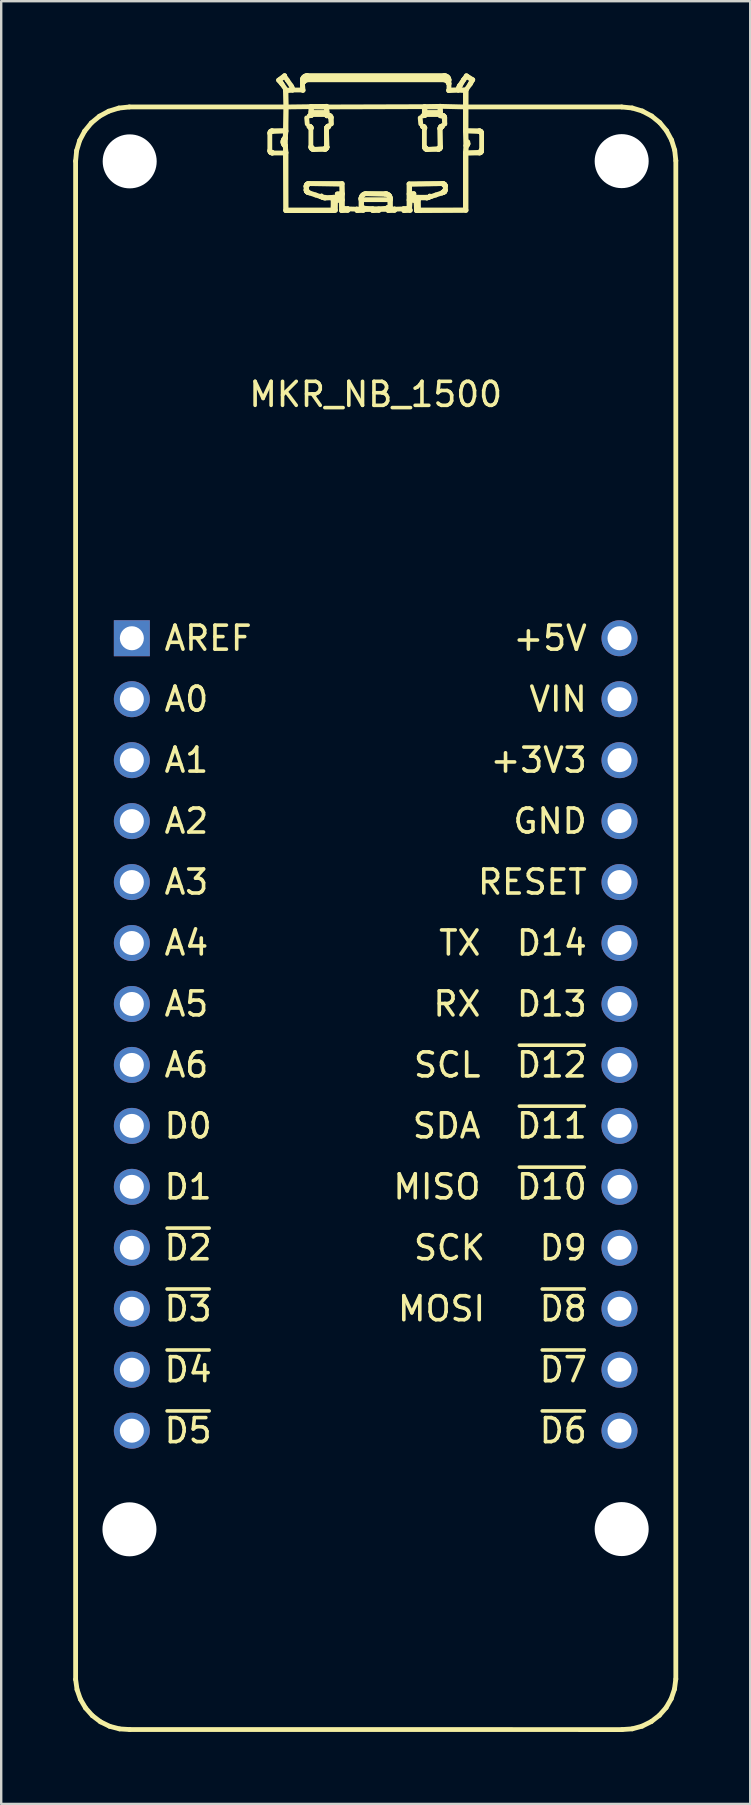
<source format=kicad_pcb>
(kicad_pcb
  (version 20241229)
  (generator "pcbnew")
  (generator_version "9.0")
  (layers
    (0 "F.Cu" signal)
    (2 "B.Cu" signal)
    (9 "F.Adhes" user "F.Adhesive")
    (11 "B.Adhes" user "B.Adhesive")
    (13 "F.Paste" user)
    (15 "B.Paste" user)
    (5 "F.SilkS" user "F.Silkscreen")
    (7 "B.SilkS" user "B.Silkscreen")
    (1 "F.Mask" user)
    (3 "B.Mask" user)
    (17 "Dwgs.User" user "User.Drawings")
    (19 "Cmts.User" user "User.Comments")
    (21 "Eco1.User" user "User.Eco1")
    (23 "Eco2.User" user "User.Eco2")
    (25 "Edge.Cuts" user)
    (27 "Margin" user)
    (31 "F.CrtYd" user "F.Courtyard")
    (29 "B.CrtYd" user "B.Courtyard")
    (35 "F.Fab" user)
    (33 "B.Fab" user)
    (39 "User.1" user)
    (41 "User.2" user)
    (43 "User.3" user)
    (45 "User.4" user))
  (footprint "MKR_NB_1500"
    (layer "F.Cu")
    (at 2.444 23.544)
    (property "Reference" "MKR_NB_1500" (at 10.16 -10.16 0) (layer "F.SilkS") (effects (font (size 1 1) (thickness 0.15))))
    (attr through_hole)
    (fp_line (start -2.344 -19.882) (end -2.301 -20.319) (stroke (width 0.2) (type solid)) (layer "F.SilkS"))
    (fp_line (start -2.343 43.384) (end -2.344 -19.882) (stroke (width 0.2) (type solid)) (layer "F.SilkS"))
    (fp_line (start -2.301 -20.319) (end -2.174 -20.741) (stroke (width 0.2) (type solid)) (layer "F.SilkS"))
    (fp_line (start -2.284 43.806) (end -2.343 43.384) (stroke (width 0.2) (type solid)) (layer "F.SilkS"))
    (fp_line (start -2.174 -20.741) (end -1.967 -21.129) (stroke (width 0.2) (type solid)) (layer "F.SilkS"))
    (fp_line (start -2.144 44.208) (end -2.284 43.806) (stroke (width 0.2) (type solid)) (layer "F.SilkS"))
    (fp_line (start -1.967 -21.129) (end -1.689 -21.47) (stroke (width 0.2) (type solid)) (layer "F.SilkS"))
    (fp_line (start -1.929 44.575) (end -2.144 44.208) (stroke (width 0.2) (type solid)) (layer "F.SilkS"))
    (fp_line (start -1.689 -21.47) (end -1.35 -21.751) (stroke (width 0.2) (type solid)) (layer "F.SilkS"))
    (fp_line (start -1.646 44.893) (end -1.929 44.575) (stroke (width 0.2) (type solid)) (layer "F.SilkS"))
    (fp_line (start -1.35 -21.751) (end -0.963 -21.96) (stroke (width 0.2) (type solid)) (layer "F.SilkS"))
    (fp_line (start -1.307 45.151) (end -1.646 44.893) (stroke (width 0.2) (type solid)) (layer "F.SilkS"))
    (fp_line (start -0.963 -21.96) (end -0.543 -22.091) (stroke (width 0.2) (type solid)) (layer "F.SilkS"))
    (fp_line (start -0.925 45.338) (end -1.307 45.151) (stroke (width 0.2) (type solid)) (layer "F.SilkS"))
    (fp_line (start -0.543 -22.091) (end -0.105 -22.137) (stroke (width 0.2) (type solid)) (layer "F.SilkS"))
    (fp_line (start -0.513 45.446) (end -0.925 45.338) (stroke (width 0.2) (type solid)) (layer "F.SilkS"))
    (fp_line (start -0.105 -22.137) (end 6.424 -22.137) (stroke (width 0.2) (type solid)) (layer "F.SilkS"))
    (fp_line (start -0.089 45.473) (end -0.513 45.446) (stroke (width 0.2) (type solid)) (layer "F.SilkS"))
    (fp_line (start 5.749 -21.031) (end 5.751 -21.06) (stroke (width 0.2) (type solid)) (layer "F.SilkS"))
    (fp_line (start 5.749 -20.332) (end 5.749 -21.031) (stroke (width 0.2) (type solid)) (layer "F.SilkS"))
    (fp_line (start 5.751 -20.305) (end 5.749 -20.332) (stroke (width 0.2) (type solid)) (layer "F.SilkS"))
    (fp_line (start 5.751 -21.06) (end 5.759 -21.087) (stroke (width 0.2) (type solid)) (layer "F.SilkS"))
    (fp_line (start 5.758 -20.278) (end 5.751 -20.305) (stroke (width 0.2) (type solid)) (layer "F.SilkS"))
    (fp_line (start 5.758 -20.278) (end 5.791 -20.268) (stroke (width 0.2) (type solid)) (layer "F.SilkS"))
    (fp_line (start 5.759 -21.087) (end 5.771 -21.111) (stroke (width 0.2) (type solid)) (layer "F.SilkS"))
    (fp_line (start 5.771 -21.111) (end 5.793 -21.126) (stroke (width 0.2) (type solid)) (layer "F.SilkS"))
    (fp_line (start 5.782 -20.243) (end 5.758 -20.278) (stroke (width 0.2) (type solid)) (layer "F.SilkS"))
    (fp_line (start 5.791 -20.268) (end 5.782 -20.243) (stroke (width 0.2) (type solid)) (layer "F.SilkS"))
    (fp_line (start 5.793 -21.126) (end 5.817 -21.137) (stroke (width 0.2) (type solid)) (layer "F.SilkS"))
    (fp_line (start 5.806 -20.23) (end 5.782 -20.243) (stroke (width 0.2) (type solid)) (layer "F.SilkS"))
    (fp_line (start 5.817 -21.137) (end 5.844 -21.143) (stroke (width 0.2) (type solid)) (layer "F.SilkS"))
    (fp_line (start 5.831 -20.222) (end 5.806 -20.23) (stroke (width 0.2) (type solid)) (layer "F.SilkS"))
    (fp_line (start 5.831 -20.222) (end 5.854 -20.244) (stroke (width 0.2) (type solid)) (layer "F.SilkS"))
    (fp_line (start 5.844 -21.143) (end 6.399 -21.144) (stroke (width 0.2) (type solid)) (layer "F.SilkS"))
    (fp_line (start 5.854 -20.244) (end 5.861 -20.219) (stroke (width 0.2) (type solid)) (layer "F.SilkS"))
    (fp_line (start 5.858 -21.119) (end 5.844 -21.143) (stroke (width 0.2) (type solid)) (layer "F.SilkS"))
    (fp_line (start 5.861 -20.219) (end 5.831 -20.222) (stroke (width 0.2) (type solid)) (layer "F.SilkS"))
    (fp_line (start 6.114 -23.253) (end 6.364 -23.442) (stroke (width 0.2) (type solid)) (layer "F.SilkS"))
    (fp_line (start 6.142 -23.258) (end 6.249 -23.102) (stroke (width 0.2) (type solid)) (layer "F.SilkS"))
    (fp_line (start 6.249 -23.102) (end 6.114 -23.253) (stroke (width 0.2) (type solid)) (layer "F.SilkS"))
    (fp_line (start 6.249 -23.102) (end 6.413 -22.866) (stroke (width 0.2) (type solid)) (layer "F.SilkS"))
    (fp_line (start 6.299 -20.665) (end 6.303 -20.722) (stroke (width 0.2) (type solid)) (layer "F.SilkS"))
    (fp_line (start 6.303 -20.722) (end 6.314 -20.762) (stroke (width 0.2) (type solid)) (layer "F.SilkS"))
    (fp_line (start 6.303 -20.722) (end 6.324 -20.681) (stroke (width 0.2) (type solid)) (layer "F.SilkS"))
    (fp_line (start 6.306 -20.624) (end 6.299 -20.665) (stroke (width 0.2) (type solid)) (layer "F.SilkS"))
    (fp_line (start 6.314 -20.762) (end 6.334 -20.798) (stroke (width 0.2) (type solid)) (layer "F.SilkS"))
    (fp_line (start 6.321 -20.585) (end 6.306 -20.624) (stroke (width 0.2) (type solid)) (layer "F.SilkS"))
    (fp_line (start 6.324 -20.681) (end 6.299 -20.665) (stroke (width 0.2) (type solid)) (layer "F.SilkS"))
    (fp_line (start 6.334 -20.798) (end 6.36 -20.83) (stroke (width 0.2) (type solid)) (layer "F.SilkS"))
    (fp_line (start 6.343 -20.55) (end 6.321 -20.585) (stroke (width 0.2) (type solid)) (layer "F.SilkS"))
    (fp_line (start 6.36 -20.83) (end 6.392 -20.857) (stroke (width 0.2) (type solid)) (layer "F.SilkS"))
    (fp_line (start 6.364 -23.442) (end 6.368 -23.414) (stroke (width 0.2) (type solid)) (layer "F.SilkS"))
    (fp_line (start 6.368 -23.414) (end 6.142 -23.258) (stroke (width 0.2) (type solid)) (layer "F.SilkS"))
    (fp_line (start 6.368 -23.414) (end 6.475 -23.259) (stroke (width 0.2) (type solid)) (layer "F.SilkS"))
    (fp_line (start 6.372 -20.52) (end 6.343 -20.55) (stroke (width 0.2) (type solid)) (layer "F.SilkS"))
    (fp_line (start 6.372 -20.52) (end 6.399 -20.532) (stroke (width 0.2) (type solid)) (layer "F.SilkS"))
    (fp_line (start 6.392 -20.857) (end 6.399 -21.144) (stroke (width 0.2) (type solid)) (layer "F.SilkS"))
    (fp_line (start 6.392 -20.857) (end 6.399 -20.831) (stroke (width 0.2) (type solid)) (layer "F.SilkS"))
    (fp_line (start 6.399 -22.831) (end 6.698 -22.844) (stroke (width 0.2) (type solid)) (layer "F.SilkS"))
    (fp_line (start 6.399 -21.144) (end 5.858 -21.119) (stroke (width 0.2) (type solid)) (layer "F.SilkS"))
    (fp_line (start 6.399 -21.144) (end 6.424 -22.137) (stroke (width 0.2) (type solid)) (layer "F.SilkS"))
    (fp_line (start 6.399 -20.831) (end 6.36 -20.83) (stroke (width 0.2) (type solid)) (layer "F.SilkS"))
    (fp_line (start 6.399 -20.831) (end 6.399 -20.532) (stroke (width 0.2) (type solid)) (layer "F.SilkS"))
    (fp_line (start 6.399 -20.532) (end 6.399 -20.501) (stroke (width 0.2) (type solid)) (layer "F.SilkS"))
    (fp_line (start 6.399 -20.501) (end 6.372 -20.52) (stroke (width 0.2) (type solid)) (layer "F.SilkS"))
    (fp_line (start 6.399 -20.501) (end 6.424 -20.233) (stroke (width 0.2) (type solid)) (layer "F.SilkS"))
    (fp_line (start 6.399 -20.219) (end 5.861 -20.219) (stroke (width 0.2) (type solid)) (layer "F.SilkS"))
    (fp_line (start 6.399 -20.219) (end 6.399 -20.501) (stroke (width 0.2) (type solid)) (layer "F.SilkS"))
    (fp_line (start 6.412 -17.819) (end 6.399 -20.219) (stroke (width 0.2) (type solid)) (layer "F.SilkS"))
    (fp_line (start 6.424 -22.819) (end 6.424 -22.137) (stroke (width 0.2) (type solid)) (layer "F.SilkS"))
    (fp_line (start 6.424 -22.137) (end 6.399 -22.831) (stroke (width 0.2) (type solid)) (layer "F.SilkS"))
    (fp_line (start 6.424 -22.137) (end 6.424 -21.132) (stroke (width 0.2) (type solid)) (layer "F.SilkS"))
    (fp_line (start 6.424 -22.137) (end 7.459 -22.15) (stroke (width 0.2) (type solid)) (layer "F.SilkS"))
    (fp_line (start 6.424 -21.132) (end 6.392 -20.857) (stroke (width 0.2) (type solid)) (layer "F.SilkS"))
    (fp_line (start 6.424 -20.233) (end 6.424 -17.844) (stroke (width 0.2) (type solid)) (layer "F.SilkS"))
    (fp_line (start 6.424 -17.844) (end 8.386 -17.844) (stroke (width 0.2) (type solid)) (layer "F.SilkS"))
    (fp_line (start 6.638 -23.025) (end 6.475 -23.259) (stroke (width 0.2) (type solid)) (layer "F.SilkS"))
    (fp_line (start 6.671 -22.966) (end 6.638 -23.025) (stroke (width 0.2) (type solid)) (layer "F.SilkS"))
    (fp_line (start 6.691 -22.903) (end 6.671 -22.966) (stroke (width 0.2) (type solid)) (layer "F.SilkS"))
    (fp_line (start 6.698 -22.844) (end 6.424 -22.819) (stroke (width 0.2) (type solid)) (layer "F.SilkS"))
    (fp_line (start 6.698 -22.844) (end 6.691 -22.903) (stroke (width 0.2) (type solid)) (layer "F.SilkS"))
    (fp_line (start 7.109 -23.258) (end 7.111 -23.285) (stroke (width 0.2) (type solid)) (layer "F.SilkS"))
    (fp_line (start 7.109 -23.258) (end 7.154 -23.181) (stroke (width 0.2) (type solid)) (layer "F.SilkS"))
    (fp_line (start 7.109 -23.109) (end 7.109 -23.258) (stroke (width 0.2) (type solid)) (layer "F.SilkS"))
    (fp_line (start 7.109 -23.109) (end 7.134 -22.832) (stroke (width 0.2) (type solid)) (layer "F.SilkS"))
    (fp_line (start 7.109 -22.844) (end 6.698 -22.844) (stroke (width 0.2) (type solid)) (layer "F.SilkS"))
    (fp_line (start 7.109 -22.844) (end 7.109 -23.109) (stroke (width 0.2) (type solid)) (layer "F.SilkS"))
    (fp_line (start 7.111 -23.285) (end 7.119 -23.315) (stroke (width 0.2) (type solid)) (layer "F.SilkS"))
    (fp_line (start 7.119 -23.315) (end 7.131 -23.341) (stroke (width 0.2) (type solid)) (layer "F.SilkS"))
    (fp_line (start 7.131 -23.341) (end 7.148 -23.366) (stroke (width 0.2) (type solid)) (layer "F.SilkS"))
    (fp_line (start 7.134 -22.832) (end 7.109 -22.844) (stroke (width 0.2) (type solid)) (layer "F.SilkS"))
    (fp_line (start 7.143 -23.158) (end 7.109 -23.109) (stroke (width 0.2) (type solid)) (layer "F.SilkS"))
    (fp_line (start 7.148 -23.366) (end 7.171 -23.389) (stroke (width 0.2) (type solid)) (layer "F.SilkS"))
    (fp_line (start 7.154 -23.181) (end 7.143 -23.158) (stroke (width 0.2) (type solid)) (layer "F.SilkS"))
    (fp_line (start 7.169 -23.204) (end 7.154 -23.181) (stroke (width 0.2) (type solid)) (layer "F.SilkS"))
    (fp_line (start 7.171 -23.389) (end 7.195 -23.408) (stroke (width 0.2) (type solid)) (layer "F.SilkS"))
    (fp_line (start 7.188 -23.222) (end 7.169 -23.204) (stroke (width 0.2) (type solid)) (layer "F.SilkS"))
    (fp_line (start 7.195 -23.408) (end 7.224 -23.424) (stroke (width 0.2) (type solid)) (layer "F.SilkS"))
    (fp_line (start 7.21 -23.239) (end 7.188 -23.222) (stroke (width 0.2) (type solid)) (layer "F.SilkS"))
    (fp_line (start 7.224 -23.424) (end 7.254 -23.434) (stroke (width 0.2) (type solid)) (layer "F.SilkS"))
    (fp_line (start 7.235 -23.252) (end 7.21 -23.239) (stroke (width 0.2) (type solid)) (layer "F.SilkS"))
    (fp_line (start 7.254 -23.434) (end 7.287 -23.442) (stroke (width 0.2) (type solid)) (layer "F.SilkS"))
    (fp_line (start 7.259 -18.832) (end 7.267 -18.873) (stroke (width 0.2) (type solid)) (layer "F.SilkS"))
    (fp_line (start 7.259 -18.832) (end 7.284 -18.684) (stroke (width 0.2) (type solid)) (layer "F.SilkS"))
    (fp_line (start 7.259 -18.674) (end 7.259 -18.832) (stroke (width 0.2) (type solid)) (layer "F.SilkS"))
    (fp_line (start 7.262 -23.263) (end 7.235 -23.252) (stroke (width 0.2) (type solid)) (layer "F.SilkS"))
    (fp_line (start 7.267 -18.873) (end 7.29 -18.91) (stroke (width 0.2) (type solid)) (layer "F.SilkS"))
    (fp_line (start 7.271 -18.632) (end 7.259 -18.674) (stroke (width 0.2) (type solid)) (layer "F.SilkS"))
    (fp_line (start 7.271 -18.632) (end 7.302 -18.63) (stroke (width 0.2) (type solid)) (layer "F.SilkS"))
    (fp_line (start 7.284 -18.684) (end 7.259 -18.674) (stroke (width 0.2) (type solid)) (layer "F.SilkS"))
    (fp_line (start 7.284 -18.684) (end 7.271 -18.632) (stroke (width 0.2) (type solid)) (layer "F.SilkS"))
    (fp_line (start 7.285 -18.849) (end 7.259 -18.832) (stroke (width 0.2) (type solid)) (layer "F.SilkS"))
    (fp_line (start 7.287 -23.442) (end 7.32 -23.444) (stroke (width 0.2) (type solid)) (layer "F.SilkS"))
    (fp_line (start 7.29 -18.91) (end 7.298 -18.88) (stroke (width 0.2) (type solid)) (layer "F.SilkS"))
    (fp_line (start 7.29 -18.91) (end 7.326 -18.935) (stroke (width 0.2) (type solid)) (layer "F.SilkS"))
    (fp_line (start 7.292 -23.268) (end 7.262 -23.263) (stroke (width 0.2) (type solid)) (layer "F.SilkS"))
    (fp_line (start 7.298 -18.88) (end 7.285 -18.849) (stroke (width 0.2) (type solid)) (layer "F.SilkS"))
    (fp_line (start 7.298 -18.598) (end 7.271 -18.632) (stroke (width 0.2) (type solid)) (layer "F.SilkS"))
    (fp_line (start 7.298 -18.598) (end 7.328 -18.608) (stroke (width 0.2) (type solid)) (layer "F.SilkS"))
    (fp_line (start 7.302 -18.63) (end 7.298 -18.598) (stroke (width 0.2) (type solid)) (layer "F.SilkS"))
    (fp_line (start 7.308 -21.429) (end 7.284 -21.682) (stroke (width 0.2) (type solid)) (layer "F.SilkS"))
    (fp_line (start 7.32 -23.444) (end 13.001 -23.444) (stroke (width 0.2) (type solid)) (layer "F.SilkS"))
    (fp_line (start 7.321 -23.27) (end 7.292 -23.268) (stroke (width 0.2) (type solid)) (layer "F.SilkS"))
    (fp_line (start 7.322 -18.904) (end 7.29 -18.91) (stroke (width 0.2) (type solid)) (layer "F.SilkS"))
    (fp_line (start 7.326 -18.935) (end 7.322 -18.904) (stroke (width 0.2) (type solid)) (layer "F.SilkS"))
    (fp_line (start 7.326 -18.935) (end 7.369 -18.944) (stroke (width 0.2) (type solid)) (layer "F.SilkS"))
    (fp_line (start 7.328 -18.608) (end 7.335 -18.577) (stroke (width 0.2) (type solid)) (layer "F.SilkS"))
    (fp_line (start 7.335 -18.577) (end 7.298 -18.598) (stroke (width 0.2) (type solid)) (layer "F.SilkS"))
    (fp_line (start 7.354 -18.918) (end 7.326 -18.935) (stroke (width 0.2) (type solid)) (layer "F.SilkS"))
    (fp_line (start 7.369 -18.944) (end 7.354 -18.918) (stroke (width 0.2) (type solid)) (layer "F.SilkS"))
    (fp_line (start 7.369 -18.944) (end 8.761 -18.944) (stroke (width 0.2) (type solid)) (layer "F.SilkS"))
    (fp_line (start 7.396 -21.769) (end 7.459 -21.794) (stroke (width 0.2) (type solid)) (layer "F.SilkS"))
    (fp_line (start 7.398 -21.316) (end 7.374 -21.323) (stroke (width 0.2) (type solid)) (layer "F.SilkS"))
    (fp_line (start 7.398 -21.316) (end 7.425 -21.331) (stroke (width 0.2) (type solid)) (layer "F.SilkS"))
    (fp_line (start 7.403 -18.554) (end 7.335 -18.577) (stroke (width 0.2) (type solid)) (layer "F.SilkS"))
    (fp_line (start 7.425 -21.331) (end 7.428 -21.299) (stroke (width 0.2) (type solid)) (layer "F.SilkS"))
    (fp_line (start 7.428 -21.299) (end 7.398 -21.316) (stroke (width 0.2) (type solid)) (layer "F.SilkS"))
    (fp_line (start 7.428 -21.299) (end 7.459 -21.303) (stroke (width 0.2) (type solid)) (layer "F.SilkS"))
    (fp_line (start 7.449 -21.273) (end 7.428 -21.299) (stroke (width 0.2) (type solid)) (layer "F.SilkS"))
    (fp_line (start 7.449 -21.273) (end 7.479 -21.265) (stroke (width 0.2) (type solid)) (layer "F.SilkS"))
    (fp_line (start 7.459 -22.15) (end 8.109 -22.138) (stroke (width 0.2) (type solid)) (layer "F.SilkS"))
    (fp_line (start 7.459 -22.15) (end 8.12 -22.163) (stroke (width 0.2) (type solid)) (layer "F.SilkS"))
    (fp_line (start 7.459 -21.921) (end 7.459 -22.15) (stroke (width 0.2) (type solid)) (layer "F.SilkS"))
    (fp_line (start 7.459 -21.833) (end 7.459 -21.921) (stroke (width 0.2) (type solid)) (layer "F.SilkS"))
    (fp_line (start 7.459 -21.794) (end 7.459 -21.833) (stroke (width 0.2) (type solid)) (layer "F.SilkS"))
    (fp_line (start 7.459 -21.303) (end 7.449 -21.273) (stroke (width 0.2) (type solid)) (layer "F.SilkS"))
    (fp_line (start 7.459 -21.233) (end 7.449 -21.273) (stroke (width 0.2) (type solid)) (layer "F.SilkS"))
    (fp_line (start 7.459 -20.48) (end 7.459 -21.233) (stroke (width 0.2) (type solid)) (layer "F.SilkS"))
    (fp_line (start 7.459 -20.48) (end 7.485 -20.464) (stroke (width 0.2) (type solid)) (layer "F.SilkS"))
    (fp_line (start 7.468 -20.437) (end 7.459 -20.48) (stroke (width 0.2) (type solid)) (layer "F.SilkS"))
    (fp_line (start 7.468 -20.437) (end 7.499 -20.433) (stroke (width 0.2) (type solid)) (layer "F.SilkS"))
    (fp_line (start 7.479 -21.265) (end 7.459 -21.233) (stroke (width 0.2) (type solid)) (layer "F.SilkS"))
    (fp_line (start 7.484 -22.138) (end 7.484 -21.909) (stroke (width 0.2) (type solid)) (layer "F.SilkS"))
    (fp_line (start 7.484 -21.909) (end 7.484 -21.821) (stroke (width 0.2) (type solid)) (layer "F.SilkS"))
    (fp_line (start 7.484 -21.821) (end 7.484 -21.782) (stroke (width 0.2) (type solid)) (layer "F.SilkS"))
    (fp_line (start 7.484 -21.782) (end 7.396 -21.769) (stroke (width 0.2) (type solid)) (layer "F.SilkS"))
    (fp_line (start 7.485 -20.464) (end 7.468 -20.437) (stroke (width 0.2) (type solid)) (layer "F.SilkS"))
    (fp_line (start 7.493 -20.401) (end 7.468 -20.437) (stroke (width 0.2) (type solid)) (layer "F.SilkS"))
    (fp_line (start 7.493 -20.401) (end 7.523 -20.409) (stroke (width 0.2) (type solid)) (layer "F.SilkS"))
    (fp_line (start 7.499 -20.433) (end 7.493 -20.401) (stroke (width 0.2) (type solid)) (layer "F.SilkS"))
    (fp_line (start 7.523 -20.409) (end 7.529 -20.377) (stroke (width 0.2) (type solid)) (layer "F.SilkS"))
    (fp_line (start 7.529 -20.377) (end 7.493 -20.401) (stroke (width 0.2) (type solid)) (layer "F.SilkS"))
    (fp_line (start 7.529 -20.377) (end 7.554 -20.396) (stroke (width 0.2) (type solid)) (layer "F.SilkS"))
    (fp_line (start 7.554 -20.396) (end 7.571 -20.369) (stroke (width 0.2) (type solid)) (layer "F.SilkS"))
    (fp_line (start 7.571 -20.369) (end 7.529 -20.377) (stroke (width 0.2) (type solid)) (layer "F.SilkS"))
    (fp_line (start 7.571 -20.369) (end 8.021 -20.394) (stroke (width 0.2) (type solid)) (layer "F.SilkS"))
    (fp_line (start 7.658 -18.469) (end 7.403 -18.554) (stroke (width 0.2) (type solid)) (layer "F.SilkS"))
    (fp_line (start 7.872 -18.399) (end 7.658 -18.469) (stroke (width 0.2) (type solid)) (layer "F.SilkS"))
    (fp_line (start 7.872 -18.399) (end 7.904 -18.424) (stroke (width 0.2) (type solid)) (layer "F.SilkS"))
    (fp_line (start 7.904 -18.424) (end 7.918 -18.385) (stroke (width 0.2) (type solid)) (layer "F.SilkS"))
    (fp_line (start 7.918 -18.385) (end 7.872 -18.399) (stroke (width 0.2) (type solid)) (layer "F.SilkS"))
    (fp_line (start 7.956 -18.365) (end 7.918 -18.385) (stroke (width 0.2) (type solid)) (layer "F.SilkS"))
    (fp_line (start 7.997 -18.353) (end 7.956 -18.365) (stroke (width 0.2) (type solid)) (layer "F.SilkS"))
    (fp_line (start 7.997 -18.353) (end 8.04 -18.374) (stroke (width 0.2) (type solid)) (layer "F.SilkS"))
    (fp_line (start 8.021 -20.394) (end 8.045 -20.372) (stroke (width 0.2) (type solid)) (layer "F.SilkS"))
    (fp_line (start 8.04 -18.374) (end 8.049 -18.349) (stroke (width 0.2) (type solid)) (layer "F.SilkS"))
    (fp_line (start 8.045 -20.372) (end 7.571 -20.369) (stroke (width 0.2) (type solid)) (layer "F.SilkS"))
    (fp_line (start 8.045 -20.372) (end 8.055 -20.401) (stroke (width 0.2) (type solid)) (layer "F.SilkS"))
    (fp_line (start 8.049 -18.349) (end 7.997 -18.353) (stroke (width 0.2) (type solid)) (layer "F.SilkS"))
    (fp_line (start 8.049 -18.349) (end 8.398 -18.374) (stroke (width 0.2) (type solid)) (layer "F.SilkS"))
    (fp_line (start 8.055 -20.401) (end 8.085 -20.389) (stroke (width 0.2) (type solid)) (layer "F.SilkS"))
    (fp_line (start 8.083 -20.42) (end 8.115 -20.42) (stroke (width 0.2) (type solid)) (layer "F.SilkS"))
    (fp_line (start 8.085 -20.389) (end 8.045 -20.372) (stroke (width 0.2) (type solid)) (layer "F.SilkS"))
    (fp_line (start 8.085 -20.389) (end 8.083 -20.42) (stroke (width 0.2) (type solid)) (layer "F.SilkS"))
    (fp_line (start 8.102 -20.448) (end 8.132 -20.461) (stroke (width 0.2) (type solid)) (layer "F.SilkS"))
    (fp_line (start 8.109 -22.138) (end 7.484 -22.138) (stroke (width 0.2) (type solid)) (layer "F.SilkS"))
    (fp_line (start 8.109 -22.138) (end 12.189 -22.15) (stroke (width 0.2) (type solid)) (layer "F.SilkS"))
    (fp_line (start 8.109 -21.909) (end 7.484 -21.909) (stroke (width 0.2) (type solid)) (layer "F.SilkS"))
    (fp_line (start 8.109 -21.909) (end 8.109 -22.138) (stroke (width 0.2) (type solid)) (layer "F.SilkS"))
    (fp_line (start 8.109 -21.821) (end 7.484 -21.821) (stroke (width 0.2) (type solid)) (layer "F.SilkS"))
    (fp_line (start 8.109 -21.821) (end 8.109 -21.909) (stroke (width 0.2) (type solid)) (layer "F.SilkS"))
    (fp_line (start 8.109 -21.233) (end 8.117 -21.274) (stroke (width 0.2) (type solid)) (layer "F.SilkS"))
    (fp_line (start 8.109 -21.233) (end 8.132 -20.461) (stroke (width 0.2) (type solid)) (layer "F.SilkS"))
    (fp_line (start 8.109 -20.482) (end 8.109 -21.233) (stroke (width 0.2) (type solid)) (layer "F.SilkS"))
    (fp_line (start 8.115 -20.42) (end 8.085 -20.389) (stroke (width 0.2) (type solid)) (layer "F.SilkS"))
    (fp_line (start 8.115 -20.42) (end 8.102 -20.448) (stroke (width 0.2) (type solid)) (layer "F.SilkS"))
    (fp_line (start 8.117 -21.274) (end 8.135 -21.25) (stroke (width 0.2) (type solid)) (layer "F.SilkS"))
    (fp_line (start 8.117 -21.274) (end 8.141 -21.311) (stroke (width 0.2) (type solid)) (layer "F.SilkS"))
    (fp_line (start 8.12 -22.163) (end 8.134 -21.922) (stroke (width 0.2) (type solid)) (layer "F.SilkS"))
    (fp_line (start 8.122 -21.769) (end 8.109 -21.821) (stroke (width 0.2) (type solid)) (layer "F.SilkS"))
    (fp_line (start 8.132 -20.461) (end 8.109 -20.482) (stroke (width 0.2) (type solid)) (layer "F.SilkS"))
    (fp_line (start 8.132 -20.461) (end 8.115 -20.42) (stroke (width 0.2) (type solid)) (layer "F.SilkS"))
    (fp_line (start 8.134 -21.922) (end 8.134 -21.834) (stroke (width 0.2) (type solid)) (layer "F.SilkS"))
    (fp_line (start 8.134 -21.834) (end 8.134 -21.794) (stroke (width 0.2) (type solid)) (layer "F.SilkS"))
    (fp_line (start 8.134 -21.794) (end 8.197 -21.794) (stroke (width 0.2) (type solid)) (layer "F.SilkS"))
    (fp_line (start 8.135 -21.25) (end 8.109 -21.233) (stroke (width 0.2) (type solid)) (layer "F.SilkS"))
    (fp_line (start 8.141 -21.311) (end 8.148 -21.281) (stroke (width 0.2) (type solid)) (layer "F.SilkS"))
    (fp_line (start 8.141 -21.311) (end 8.176 -21.336) (stroke (width 0.2) (type solid)) (layer "F.SilkS"))
    (fp_line (start 8.148 -21.281) (end 8.117 -21.274) (stroke (width 0.2) (type solid)) (layer "F.SilkS"))
    (fp_line (start 8.172 -21.305) (end 8.141 -21.311) (stroke (width 0.2) (type solid)) (layer "F.SilkS"))
    (fp_line (start 8.176 -21.336) (end 8.172 -21.305) (stroke (width 0.2) (type solid)) (layer "F.SilkS"))
    (fp_line (start 8.176 -21.336) (end 8.206 -21.344) (stroke (width 0.2) (type solid)) (layer "F.SilkS"))
    (fp_line (start 8.197 -21.794) (end 8.238 -21.786) (stroke (width 0.2) (type solid)) (layer "F.SilkS"))
    (fp_line (start 8.204 -21.318) (end 8.176 -21.336) (stroke (width 0.2) (type solid)) (layer "F.SilkS"))
    (fp_line (start 8.206 -21.344) (end 8.204 -21.318) (stroke (width 0.2) (type solid)) (layer "F.SilkS"))
    (fp_line (start 8.213 -21.767) (end 8.122 -21.769) (stroke (width 0.2) (type solid)) (layer "F.SilkS"))
    (fp_line (start 8.238 -21.786) (end 8.244 -21.754) (stroke (width 0.2) (type solid)) (layer "F.SilkS"))
    (fp_line (start 8.244 -21.754) (end 8.213 -21.767) (stroke (width 0.2) (type solid)) (layer "F.SilkS"))
    (fp_line (start 8.244 -21.754) (end 8.274 -21.762) (stroke (width 0.2) (type solid)) (layer "F.SilkS"))
    (fp_line (start 8.269 -21.731) (end 8.244 -21.754) (stroke (width 0.2) (type solid)) (layer "F.SilkS"))
    (fp_line (start 8.269 -21.731) (end 8.299 -21.727) (stroke (width 0.2) (type solid)) (layer "F.SilkS"))
    (fp_line (start 8.274 -21.762) (end 8.269 -21.731) (stroke (width 0.2) (type solid)) (layer "F.SilkS"))
    (fp_line (start 8.282 -21.699) (end 8.269 -21.731) (stroke (width 0.2) (type solid)) (layer "F.SilkS"))
    (fp_line (start 8.282 -21.699) (end 8.308 -21.684) (stroke (width 0.2) (type solid)) (layer "F.SilkS"))
    (fp_line (start 8.299 -21.727) (end 8.282 -21.699) (stroke (width 0.2) (type solid)) (layer "F.SilkS"))
    (fp_line (start 8.308 -21.684) (end 8.309 -21.431) (stroke (width 0.2) (type solid)) (layer "F.SilkS"))
    (fp_line (start 8.309 -21.431) (end 8.282 -21.699) (stroke (width 0.2) (type solid)) (layer "F.SilkS"))
    (fp_line (start 8.386 -18.349) (end 8.049 -18.349) (stroke (width 0.2) (type solid)) (layer "F.SilkS"))
    (fp_line (start 8.386 -18.349) (end 8.411 -18.249) (stroke (width 0.2) (type solid)) (layer "F.SilkS"))
    (fp_line (start 8.386 -18.261) (end 8.386 -18.349) (stroke (width 0.2) (type solid)) (layer "F.SilkS"))
    (fp_line (start 8.386 -17.844) (end 8.386 -18.261) (stroke (width 0.2) (type solid)) (layer "F.SilkS"))
    (fp_line (start 8.386 -17.844) (end 8.454 -17.844) (stroke (width 0.2) (type solid)) (layer "F.SilkS"))
    (fp_line (start 8.398 -18.374) (end 8.559 -18.374) (stroke (width 0.2) (type solid)) (layer "F.SilkS"))
    (fp_line (start 8.399 -17.819) (end 6.412 -17.819) (stroke (width 0.2) (type solid)) (layer "F.SilkS"))
    (fp_line (start 8.411 -18.249) (end 8.386 -17.844) (stroke (width 0.2) (type solid)) (layer "F.SilkS"))
    (fp_line (start 8.411 -18.249) (end 8.465 -18.274) (stroke (width 0.2) (type solid)) (layer "F.SilkS"))
    (fp_line (start 8.454 -17.844) (end 8.479 -18.249) (stroke (width 0.2) (type solid)) (layer "F.SilkS"))
    (fp_line (start 8.465 -18.274) (end 8.559 -18.274) (stroke (width 0.2) (type solid)) (layer "F.SilkS"))
    (fp_line (start 8.479 -18.249) (end 8.411 -18.249) (stroke (width 0.2) (type solid)) (layer "F.SilkS"))
    (fp_line (start 8.479 -18.249) (end 8.479 -17.832) (stroke (width 0.2) (type solid)) (layer "F.SilkS"))
    (fp_line (start 8.479 -17.832) (end 8.399 -17.819) (stroke (width 0.2) (type solid)) (layer "F.SilkS"))
    (fp_line (start 8.559 -18.511) (end 8.749 -18.524) (stroke (width 0.2) (type solid)) (layer "F.SilkS"))
    (fp_line (start 8.559 -18.374) (end 8.386 -18.349) (stroke (width 0.2) (type solid)) (layer "F.SilkS"))
    (fp_line (start 8.559 -18.374) (end 8.559 -18.511) (stroke (width 0.2) (type solid)) (layer "F.SilkS"))
    (fp_line (start 8.559 -18.274) (end 8.559 -18.374) (stroke (width 0.2) (type solid)) (layer "F.SilkS"))
    (fp_line (start 8.559 -18.274) (end 8.735 -18.274) (stroke (width 0.2) (type solid)) (layer "F.SilkS"))
    (fp_line (start 8.572 -18.249) (end 8.479 -18.249) (stroke (width 0.2) (type solid)) (layer "F.SilkS"))
    (fp_line (start 8.584 -18.499) (end 8.584 -18.362) (stroke (width 0.2) (type solid)) (layer "F.SilkS"))
    (fp_line (start 8.584 -18.362) (end 8.559 -18.274) (stroke (width 0.2) (type solid)) (layer "F.SilkS"))
    (fp_line (start 8.724 -18.249) (end 8.572 -18.249) (stroke (width 0.2) (type solid)) (layer "F.SilkS"))
    (fp_line (start 8.735 -18.274) (end 8.749 -18.524) (stroke (width 0.2) (type solid)) (layer "F.SilkS"))
    (fp_line (start 8.737 -17.819) (end 8.724 -18.249) (stroke (width 0.2) (type solid)) (layer "F.SilkS"))
    (fp_line (start 8.749 -18.919) (end 7.369 -18.944) (stroke (width 0.2) (type solid)) (layer "F.SilkS"))
    (fp_line (start 8.749 -18.524) (end 8.584 -18.499) (stroke (width 0.2) (type solid)) (layer "F.SilkS"))
    (fp_line (start 8.749 -18.524) (end 8.749 -18.919) (stroke (width 0.2) (type solid)) (layer "F.SilkS"))
    (fp_line (start 8.749 -17.844) (end 8.974 -17.844) (stroke (width 0.2) (type solid)) (layer "F.SilkS"))
    (fp_line (start 8.761 -18.944) (end 8.774 -18.512) (stroke (width 0.2) (type solid)) (layer "F.SilkS"))
    (fp_line (start 8.762 -17.896) (end 8.749 -17.844) (stroke (width 0.2) (type solid)) (layer "F.SilkS"))
    (fp_line (start 8.774 -18.512) (end 8.774 -18.262) (stroke (width 0.2) (type solid)) (layer "F.SilkS"))
    (fp_line (start 8.774 -18.262) (end 8.774 -17.921) (stroke (width 0.2) (type solid)) (layer "F.SilkS"))
    (fp_line (start 8.774 -17.921) (end 8.999 -17.889) (stroke (width 0.2) (type solid)) (layer "F.SilkS"))
    (fp_line (start 8.974 -17.844) (end 8.999 -17.889) (stroke (width 0.2) (type solid)) (layer "F.SilkS"))
    (fp_line (start 8.999 -17.889) (end 8.762 -17.896) (stroke (width 0.2) (type solid)) (layer "F.SilkS"))
    (fp_line (start 8.999 -17.889) (end 8.999 -17.832) (stroke (width 0.2) (type solid)) (layer "F.SilkS"))
    (fp_line (start 8.999 -17.889) (end 9.374 -17.878) (stroke (width 0.2) (type solid)) (layer "F.SilkS"))
    (fp_line (start 8.999 -17.832) (end 8.737 -17.819) (stroke (width 0.2) (type solid)) (layer "F.SilkS"))
    (fp_line (start 9.374 -17.878) (end 9.399 -17.844) (stroke (width 0.2) (type solid)) (layer "F.SilkS"))
    (fp_line (start 9.374 -17.878) (end 9.624 -17.87) (stroke (width 0.2) (type solid)) (layer "F.SilkS"))
    (fp_line (start 9.387 -17.819) (end 9.374 -17.878) (stroke (width 0.2) (type solid)) (layer "F.SilkS"))
    (fp_line (start 9.399 -17.844) (end 9.624 -17.844) (stroke (width 0.2) (type solid)) (layer "F.SilkS"))
    (fp_line (start 9.549 -18.312) (end 9.553 -18.352) (stroke (width 0.2) (type solid)) (layer "F.SilkS"))
    (fp_line (start 9.549 -18.312) (end 9.574 -18.274) (stroke (width 0.2) (type solid)) (layer "F.SilkS"))
    (fp_line (start 9.549 -18.261) (end 9.549 -18.312) (stroke (width 0.2) (type solid)) (layer "F.SilkS"))
    (fp_line (start 9.549 -17.937) (end 9.549 -18.261) (stroke (width 0.2) (type solid)) (layer "F.SilkS"))
    (fp_line (start 9.553 -18.352) (end 9.565 -18.391) (stroke (width 0.2) (type solid)) (layer "F.SilkS"))
    (fp_line (start 9.553 -18.352) (end 9.574 -18.31) (stroke (width 0.2) (type solid)) (layer "F.SilkS"))
    (fp_line (start 9.565 -18.391) (end 9.584 -18.428) (stroke (width 0.2) (type solid)) (layer "F.SilkS"))
    (fp_line (start 9.571 -17.923) (end 9.549 -17.937) (stroke (width 0.2) (type solid)) (layer "F.SilkS"))
    (fp_line (start 9.571 -17.923) (end 9.584 -17.947) (stroke (width 0.2) (type solid)) (layer "F.SilkS"))
    (fp_line (start 9.574 -18.274) (end 9.571 -17.923) (stroke (width 0.2) (type solid)) (layer "F.SilkS"))
    (fp_line (start 9.574 -18.274) (end 10.749 -18.274) (stroke (width 0.2) (type solid)) (layer "F.SilkS"))
    (fp_line (start 9.574 -18.31) (end 9.549 -18.312) (stroke (width 0.2) (type solid)) (layer "F.SilkS"))
    (fp_line (start 9.584 -17.947) (end 9.599 -17.92) (stroke (width 0.2) (type solid)) (layer "F.SilkS"))
    (fp_line (start 9.584 -18.428) (end 9.607 -18.457) (stroke (width 0.2) (type solid)) (layer "F.SilkS"))
    (fp_line (start 9.599 -17.92) (end 9.571 -17.923) (stroke (width 0.2) (type solid)) (layer "F.SilkS"))
    (fp_line (start 9.599 -17.92) (end 9.621 -17.944) (stroke (width 0.2) (type solid)) (layer "F.SilkS"))
    (fp_line (start 9.607 -18.457) (end 9.641 -18.487) (stroke (width 0.2) (type solid)) (layer "F.SilkS"))
    (fp_line (start 9.621 -17.944) (end 9.643 -17.918) (stroke (width 0.2) (type solid)) (layer "F.SilkS"))
    (fp_line (start 9.624 -17.87) (end 9.662 -17.869) (stroke (width 0.2) (type solid)) (layer "F.SilkS"))
    (fp_line (start 9.624 -17.844) (end 9.624 -17.87) (stroke (width 0.2) (type solid)) (layer "F.SilkS"))
    (fp_line (start 9.641 -18.487) (end 9.677 -18.507) (stroke (width 0.2) (type solid)) (layer "F.SilkS"))
    (fp_line (start 9.643 -17.918) (end 9.599 -17.92) (stroke (width 0.2) (type solid)) (layer "F.SilkS"))
    (fp_line (start 9.649 -17.832) (end 9.387 -17.819) (stroke (width 0.2) (type solid)) (layer "F.SilkS"))
    (fp_line (start 9.662 -17.869) (end 9.649 -17.832) (stroke (width 0.2) (type solid)) (layer "F.SilkS"))
    (fp_line (start 9.662 -17.869) (end 10.035 -17.894) (stroke (width 0.2) (type solid)) (layer "F.SilkS"))
    (fp_line (start 9.67 -17.917) (end 9.643 -17.918) (stroke (width 0.2) (type solid)) (layer "F.SilkS"))
    (fp_line (start 9.677 -18.507) (end 9.716 -18.52) (stroke (width 0.2) (type solid)) (layer "F.SilkS"))
    (fp_line (start 9.7 -17.916) (end 9.67 -17.917) (stroke (width 0.2) (type solid)) (layer "F.SilkS"))
    (fp_line (start 9.716 -18.52) (end 9.758 -18.524) (stroke (width 0.2) (type solid)) (layer "F.SilkS"))
    (fp_line (start 9.758 -18.524) (end 10.562 -18.524) (stroke (width 0.2) (type solid)) (layer "F.SilkS"))
    (fp_line (start 10.024 -17.869) (end 9.662 -17.869) (stroke (width 0.2) (type solid)) (layer "F.SilkS"))
    (fp_line (start 10.024 -17.869) (end 10.049 -17.844) (stroke (width 0.2) (type solid)) (layer "F.SilkS"))
    (fp_line (start 10.035 -17.894) (end 9.7 -17.916) (stroke (width 0.2) (type solid)) (layer "F.SilkS"))
    (fp_line (start 10.037 -17.819) (end 10.024 -17.869) (stroke (width 0.2) (type solid)) (layer "F.SilkS"))
    (fp_line (start 10.049 -17.844) (end 10.274 -17.844) (stroke (width 0.2) (type solid)) (layer "F.SilkS"))
    (fp_line (start 10.274 -17.844) (end 10.299 -17.869) (stroke (width 0.2) (type solid)) (layer "F.SilkS"))
    (fp_line (start 10.286 -17.894) (end 10.035 -17.894) (stroke (width 0.2) (type solid)) (layer "F.SilkS"))
    (fp_line (start 10.299 -17.869) (end 10.024 -17.869) (stroke (width 0.2) (type solid)) (layer "F.SilkS"))
    (fp_line (start 10.299 -17.869) (end 10.299 -17.832) (stroke (width 0.2) (type solid)) (layer "F.SilkS"))
    (fp_line (start 10.299 -17.832) (end 10.037 -17.819) (stroke (width 0.2) (type solid)) (layer "F.SilkS"))
    (fp_line (start 10.56 -18.499) (end 9.758 -18.524) (stroke (width 0.2) (type solid)) (layer "F.SilkS"))
    (fp_line (start 10.562 -18.524) (end 10.601 -18.52) (stroke (width 0.2) (type solid)) (layer "F.SilkS"))
    (fp_line (start 10.601 -18.52) (end 10.56 -18.499) (stroke (width 0.2) (type solid)) (layer "F.SilkS"))
    (fp_line (start 10.601 -18.52) (end 10.641 -18.508) (stroke (width 0.2) (type solid)) (layer "F.SilkS"))
    (fp_line (start 10.624 -17.916) (end 10.286 -17.894) (stroke (width 0.2) (type solid)) (layer "F.SilkS"))
    (fp_line (start 10.624 -17.916) (end 10.652 -17.942) (stroke (width 0.2) (type solid)) (layer "F.SilkS"))
    (fp_line (start 10.624 -17.916) (end 10.661 -17.894) (stroke (width 0.2) (type solid)) (layer "F.SilkS"))
    (fp_line (start 10.641 -18.508) (end 10.677 -18.489) (stroke (width 0.2) (type solid)) (layer "F.SilkS"))
    (fp_line (start 10.652 -17.942) (end 10.68 -17.918) (stroke (width 0.2) (type solid)) (layer "F.SilkS"))
    (fp_line (start 10.661 -17.894) (end 10.949 -17.878) (stroke (width 0.2) (type solid)) (layer "F.SilkS"))
    (fp_line (start 10.674 -17.87) (end 10.299 -17.869) (stroke (width 0.2) (type solid)) (layer "F.SilkS"))
    (fp_line (start 10.674 -17.87) (end 10.699 -17.844) (stroke (width 0.2) (type solid)) (layer "F.SilkS"))
    (fp_line (start 10.677 -18.489) (end 10.709 -18.463) (stroke (width 0.2) (type solid)) (layer "F.SilkS"))
    (fp_line (start 10.68 -17.918) (end 10.661 -17.894) (stroke (width 0.2) (type solid)) (layer "F.SilkS"))
    (fp_line (start 10.68 -17.918) (end 10.702 -17.944) (stroke (width 0.2) (type solid)) (layer "F.SilkS"))
    (fp_line (start 10.687 -17.819) (end 10.674 -17.87) (stroke (width 0.2) (type solid)) (layer "F.SilkS"))
    (fp_line (start 10.696 -18.441) (end 10.709 -18.463) (stroke (width 0.2) (type solid)) (layer "F.SilkS"))
    (fp_line (start 10.699 -17.844) (end 10.924 -17.844) (stroke (width 0.2) (type solid)) (layer "F.SilkS"))
    (fp_line (start 10.702 -17.944) (end 10.725 -17.92) (stroke (width 0.2) (type solid)) (layer "F.SilkS"))
    (fp_line (start 10.709 -18.463) (end 10.738 -18.43) (stroke (width 0.2) (type solid)) (layer "F.SilkS"))
    (fp_line (start 10.725 -17.92) (end 10.68 -17.918) (stroke (width 0.2) (type solid)) (layer "F.SilkS"))
    (fp_line (start 10.725 -17.92) (end 10.737 -17.947) (stroke (width 0.2) (type solid)) (layer "F.SilkS"))
    (fp_line (start 10.737 -17.947) (end 10.754 -17.924) (stroke (width 0.2) (type solid)) (layer "F.SilkS"))
    (fp_line (start 10.738 -18.43) (end 10.696 -18.441) (stroke (width 0.2) (type solid)) (layer "F.SilkS"))
    (fp_line (start 10.738 -18.43) (end 10.757 -18.393) (stroke (width 0.2) (type solid)) (layer "F.SilkS"))
    (fp_line (start 10.749 -18.274) (end 10.774 -18.313) (stroke (width 0.2) (type solid)) (layer "F.SilkS"))
    (fp_line (start 10.754 -17.924) (end 10.725 -17.92) (stroke (width 0.2) (type solid)) (layer "F.SilkS"))
    (fp_line (start 10.754 -17.924) (end 10.749 -18.274) (stroke (width 0.2) (type solid)) (layer "F.SilkS"))
    (fp_line (start 10.757 -18.393) (end 10.769 -18.353) (stroke (width 0.2) (type solid)) (layer "F.SilkS"))
    (fp_line (start 10.769 -18.353) (end 10.774 -18.313) (stroke (width 0.2) (type solid)) (layer "F.SilkS"))
    (fp_line (start 10.774 -18.313) (end 10.774 -18.261) (stroke (width 0.2) (type solid)) (layer "F.SilkS"))
    (fp_line (start 10.774 -18.261) (end 10.774 -17.94) (stroke (width 0.2) (type solid)) (layer "F.SilkS"))
    (fp_line (start 10.774 -17.94) (end 10.754 -17.924) (stroke (width 0.2) (type solid)) (layer "F.SilkS"))
    (fp_line (start 10.924 -17.844) (end 10.949 -17.878) (stroke (width 0.2) (type solid)) (layer "F.SilkS"))
    (fp_line (start 10.949 -17.878) (end 10.674 -17.87) (stroke (width 0.2) (type solid)) (layer "F.SilkS"))
    (fp_line (start 10.949 -17.878) (end 10.949 -17.832) (stroke (width 0.2) (type solid)) (layer "F.SilkS"))
    (fp_line (start 10.949 -17.878) (end 11.324 -17.889) (stroke (width 0.2) (type solid)) (layer "F.SilkS"))
    (fp_line (start 10.949 -17.832) (end 10.687 -17.819) (stroke (width 0.2) (type solid)) (layer "F.SilkS"))
    (fp_line (start 11.324 -17.889) (end 11.349 -17.844) (stroke (width 0.2) (type solid)) (layer "F.SilkS"))
    (fp_line (start 11.324 -17.889) (end 11.549 -17.921) (stroke (width 0.2) (type solid)) (layer "F.SilkS"))
    (fp_line (start 11.337 -17.819) (end 11.324 -17.889) (stroke (width 0.2) (type solid)) (layer "F.SilkS"))
    (fp_line (start 11.349 -17.844) (end 11.574 -17.844) (stroke (width 0.2) (type solid)) (layer "F.SilkS"))
    (fp_line (start 11.549 -18.931) (end 12.952 -18.944) (stroke (width 0.2) (type solid)) (layer "F.SilkS"))
    (fp_line (start 11.549 -18.511) (end 11.549 -18.931) (stroke (width 0.2) (type solid)) (layer "F.SilkS"))
    (fp_line (start 11.549 -18.261) (end 11.549 -18.511) (stroke (width 0.2) (type solid)) (layer "F.SilkS"))
    (fp_line (start 11.549 -17.921) (end 11.549 -18.261) (stroke (width 0.2) (type solid)) (layer "F.SilkS"))
    (fp_line (start 11.574 -18.919) (end 11.574 -18.524) (stroke (width 0.2) (type solid)) (layer "F.SilkS"))
    (fp_line (start 11.574 -18.524) (end 11.574 -18.274) (stroke (width 0.2) (type solid)) (layer "F.SilkS"))
    (fp_line (start 11.574 -18.524) (end 11.75 -18.524) (stroke (width 0.2) (type solid)) (layer "F.SilkS"))
    (fp_line (start 11.574 -18.274) (end 11.739 -18.274) (stroke (width 0.2) (type solid)) (layer "F.SilkS"))
    (fp_line (start 11.574 -17.908) (end 11.324 -17.889) (stroke (width 0.2) (type solid)) (layer "F.SilkS"))
    (fp_line (start 11.574 -17.908) (end 11.599 -17.832) (stroke (width 0.2) (type solid)) (layer "F.SilkS"))
    (fp_line (start 11.574 -17.844) (end 11.574 -17.908) (stroke (width 0.2) (type solid)) (layer "F.SilkS"))
    (fp_line (start 11.599 -18.249) (end 11.574 -17.908) (stroke (width 0.2) (type solid)) (layer "F.SilkS"))
    (fp_line (start 11.599 -17.832) (end 11.337 -17.819) (stroke (width 0.2) (type solid)) (layer "F.SilkS"))
    (fp_line (start 11.739 -18.499) (end 11.574 -18.524) (stroke (width 0.2) (type solid)) (layer "F.SilkS"))
    (fp_line (start 11.739 -18.361) (end 11.739 -18.499) (stroke (width 0.2) (type solid)) (layer "F.SilkS"))
    (fp_line (start 11.739 -18.274) (end 11.739 -18.361) (stroke (width 0.2) (type solid)) (layer "F.SilkS"))
    (fp_line (start 11.739 -18.274) (end 11.856 -18.274) (stroke (width 0.2) (type solid)) (layer "F.SilkS"))
    (fp_line (start 11.75 -18.524) (end 11.764 -18.374) (stroke (width 0.2) (type solid)) (layer "F.SilkS"))
    (fp_line (start 11.752 -18.249) (end 11.599 -18.249) (stroke (width 0.2) (type solid)) (layer "F.SilkS"))
    (fp_line (start 11.764 -18.374) (end 11.739 -18.274) (stroke (width 0.2) (type solid)) (layer "F.SilkS"))
    (fp_line (start 11.764 -18.374) (end 11.924 -18.374) (stroke (width 0.2) (type solid)) (layer "F.SilkS"))
    (fp_line (start 11.844 -18.249) (end 11.752 -18.249) (stroke (width 0.2) (type solid)) (layer "F.SilkS"))
    (fp_line (start 11.844 -18.249) (end 11.869 -17.844) (stroke (width 0.2) (type solid)) (layer "F.SilkS"))
    (fp_line (start 11.856 -18.274) (end 11.912 -18.274) (stroke (width 0.2) (type solid)) (layer "F.SilkS"))
    (fp_line (start 11.857 -17.819) (end 11.844 -18.249) (stroke (width 0.2) (type solid)) (layer "F.SilkS"))
    (fp_line (start 11.869 -17.844) (end 11.937 -17.844) (stroke (width 0.2) (type solid)) (layer "F.SilkS"))
    (fp_line (start 11.912 -18.274) (end 11.844 -18.249) (stroke (width 0.2) (type solid)) (layer "F.SilkS"))
    (fp_line (start 11.912 -18.274) (end 11.937 -18.349) (stroke (width 0.2) (type solid)) (layer "F.SilkS"))
    (fp_line (start 11.924 -18.374) (end 12.274 -18.374) (stroke (width 0.2) (type solid)) (layer "F.SilkS"))
    (fp_line (start 11.925 -17.819) (end 11.857 -17.819) (stroke (width 0.2) (type solid)) (layer "F.SilkS"))
    (fp_line (start 11.937 -18.349) (end 11.764 -18.374) (stroke (width 0.2) (type solid)) (layer "F.SilkS"))
    (fp_line (start 11.937 -18.349) (end 11.937 -18.262) (stroke (width 0.2) (type solid)) (layer "F.SilkS"))
    (fp_line (start 11.937 -18.262) (end 11.937 -17.844) (stroke (width 0.2) (type solid)) (layer "F.SilkS"))
    (fp_line (start 11.937 -17.844) (end 11.912 -18.274) (stroke (width 0.2) (type solid)) (layer "F.SilkS"))
    (fp_line (start 11.937 -17.844) (end 13.899 -17.844) (stroke (width 0.2) (type solid)) (layer "F.SilkS"))
    (fp_line (start 12.038 -21.429) (end 12.014 -21.682) (stroke (width 0.2) (type solid)) (layer "F.SilkS"))
    (fp_line (start 12.126 -21.769) (end 12.189 -21.794) (stroke (width 0.2) (type solid)) (layer "F.SilkS"))
    (fp_line (start 12.128 -21.316) (end 12.104 -21.323) (stroke (width 0.2) (type solid)) (layer "F.SilkS"))
    (fp_line (start 12.128 -21.316) (end 12.155 -21.331) (stroke (width 0.2) (type solid)) (layer "F.SilkS"))
    (fp_line (start 12.155 -21.331) (end 12.158 -21.299) (stroke (width 0.2) (type solid)) (layer "F.SilkS"))
    (fp_line (start 12.158 -21.299) (end 12.128 -21.316) (stroke (width 0.2) (type solid)) (layer "F.SilkS"))
    (fp_line (start 12.158 -21.299) (end 12.189 -21.303) (stroke (width 0.2) (type solid)) (layer "F.SilkS"))
    (fp_line (start 12.179 -21.273) (end 12.158 -21.299) (stroke (width 0.2) (type solid)) (layer "F.SilkS"))
    (fp_line (start 12.179 -21.273) (end 12.209 -21.265) (stroke (width 0.2) (type solid)) (layer "F.SilkS"))
    (fp_line (start 12.189 -22.15) (end 12.85 -22.163) (stroke (width 0.2) (type solid)) (layer "F.SilkS"))
    (fp_line (start 12.189 -21.921) (end 12.189 -22.15) (stroke (width 0.2) (type solid)) (layer "F.SilkS"))
    (fp_line (start 12.189 -21.833) (end 12.189 -21.921) (stroke (width 0.2) (type solid)) (layer "F.SilkS"))
    (fp_line (start 12.189 -21.794) (end 12.189 -21.833) (stroke (width 0.2) (type solid)) (layer "F.SilkS"))
    (fp_line (start 12.189 -21.303) (end 12.179 -21.273) (stroke (width 0.2) (type solid)) (layer "F.SilkS"))
    (fp_line (start 12.189 -21.233) (end 12.179 -21.273) (stroke (width 0.2) (type solid)) (layer "F.SilkS"))
    (fp_line (start 12.189 -20.48) (end 12.189 -21.233) (stroke (width 0.2) (type solid)) (layer "F.SilkS"))
    (fp_line (start 12.189 -20.48) (end 12.215 -20.464) (stroke (width 0.2) (type solid)) (layer "F.SilkS"))
    (fp_line (start 12.198 -20.437) (end 12.189 -20.48) (stroke (width 0.2) (type solid)) (layer "F.SilkS"))
    (fp_line (start 12.209 -21.265) (end 12.189 -21.233) (stroke (width 0.2) (type solid)) (layer "F.SilkS"))
    (fp_line (start 12.214 -22.138) (end 12.214 -21.909) (stroke (width 0.2) (type solid)) (layer "F.SilkS"))
    (fp_line (start 12.214 -21.909) (end 12.214 -21.821) (stroke (width 0.2) (type solid)) (layer "F.SilkS"))
    (fp_line (start 12.214 -21.821) (end 12.214 -21.782) (stroke (width 0.2) (type solid)) (layer "F.SilkS"))
    (fp_line (start 12.214 -21.782) (end 12.126 -21.769) (stroke (width 0.2) (type solid)) (layer "F.SilkS"))
    (fp_line (start 12.215 -20.464) (end 12.229 -20.433) (stroke (width 0.2) (type solid)) (layer "F.SilkS"))
    (fp_line (start 12.223 -20.401) (end 12.198 -20.437) (stroke (width 0.2) (type solid)) (layer "F.SilkS"))
    (fp_line (start 12.229 -20.433) (end 12.253 -20.409) (stroke (width 0.2) (type solid)) (layer "F.SilkS"))
    (fp_line (start 12.253 -20.409) (end 12.259 -20.377) (stroke (width 0.2) (type solid)) (layer "F.SilkS"))
    (fp_line (start 12.259 -20.377) (end 12.223 -20.401) (stroke (width 0.2) (type solid)) (layer "F.SilkS"))
    (fp_line (start 12.259 -20.377) (end 12.284 -20.396) (stroke (width 0.2) (type solid)) (layer "F.SilkS"))
    (fp_line (start 12.274 -18.374) (end 12.284 -18.348) (stroke (width 0.2) (type solid)) (layer "F.SilkS"))
    (fp_line (start 12.284 -18.348) (end 11.937 -18.349) (stroke (width 0.2) (type solid)) (layer "F.SilkS"))
    (fp_line (start 12.284 -20.396) (end 12.301 -20.369) (stroke (width 0.2) (type solid)) (layer "F.SilkS"))
    (fp_line (start 12.301 -20.369) (end 12.259 -20.377) (stroke (width 0.2) (type solid)) (layer "F.SilkS"))
    (fp_line (start 12.301 -20.369) (end 12.751 -20.394) (stroke (width 0.2) (type solid)) (layer "F.SilkS"))
    (fp_line (start 12.311 -18.35) (end 12.284 -18.348) (stroke (width 0.2) (type solid)) (layer "F.SilkS"))
    (fp_line (start 12.354 -18.36) (end 12.311 -18.35) (stroke (width 0.2) (type solid)) (layer "F.SilkS"))
    (fp_line (start 12.393 -18.378) (end 12.354 -18.36) (stroke (width 0.2) (type solid)) (layer "F.SilkS"))
    (fp_line (start 12.41 -18.421) (end 12.456 -18.4) (stroke (width 0.2) (type solid)) (layer "F.SilkS"))
    (fp_line (start 12.424 -18.399) (end 12.393 -18.378) (stroke (width 0.2) (type solid)) (layer "F.SilkS"))
    (fp_line (start 12.424 -18.399) (end 12.41 -18.421) (stroke (width 0.2) (type solid)) (layer "F.SilkS"))
    (fp_line (start 12.456 -18.4) (end 12.424 -18.399) (stroke (width 0.2) (type solid)) (layer "F.SilkS"))
    (fp_line (start 12.666 -18.469) (end 12.456 -18.4) (stroke (width 0.2) (type solid)) (layer "F.SilkS"))
    (fp_line (start 12.751 -20.394) (end 12.775 -20.372) (stroke (width 0.2) (type solid)) (layer "F.SilkS"))
    (fp_line (start 12.775 -20.372) (end 12.301 -20.369) (stroke (width 0.2) (type solid)) (layer "F.SilkS"))
    (fp_line (start 12.775 -20.372) (end 12.785 -20.401) (stroke (width 0.2) (type solid)) (layer "F.SilkS"))
    (fp_line (start 12.785 -20.401) (end 12.815 -20.389) (stroke (width 0.2) (type solid)) (layer "F.SilkS"))
    (fp_line (start 12.813 -20.42) (end 12.845 -20.42) (stroke (width 0.2) (type solid)) (layer "F.SilkS"))
    (fp_line (start 12.815 -20.389) (end 12.775 -20.372) (stroke (width 0.2) (type solid)) (layer "F.SilkS"))
    (fp_line (start 12.815 -20.389) (end 12.813 -20.42) (stroke (width 0.2) (type solid)) (layer "F.SilkS"))
    (fp_line (start 12.832 -20.448) (end 12.862 -20.461) (stroke (width 0.2) (type solid)) (layer "F.SilkS"))
    (fp_line (start 12.839 -22.138) (end 12.214 -22.138) (stroke (width 0.2) (type solid)) (layer "F.SilkS"))
    (fp_line (start 12.839 -21.909) (end 12.214 -21.909) (stroke (width 0.2) (type solid)) (layer "F.SilkS"))
    (fp_line (start 12.839 -21.909) (end 12.839 -22.138) (stroke (width 0.2) (type solid)) (layer "F.SilkS"))
    (fp_line (start 12.839 -21.821) (end 12.214 -21.821) (stroke (width 0.2) (type solid)) (layer "F.SilkS"))
    (fp_line (start 12.839 -21.821) (end 12.839 -21.909) (stroke (width 0.2) (type solid)) (layer "F.SilkS"))
    (fp_line (start 12.839 -21.233) (end 12.847 -21.274) (stroke (width 0.2) (type solid)) (layer "F.SilkS"))
    (fp_line (start 12.839 -21.233) (end 12.862 -20.461) (stroke (width 0.2) (type solid)) (layer "F.SilkS"))
    (fp_line (start 12.839 -20.482) (end 12.839 -21.233) (stroke (width 0.2) (type solid)) (layer "F.SilkS"))
    (fp_line (start 12.845 -20.42) (end 12.815 -20.389) (stroke (width 0.2) (type solid)) (layer "F.SilkS"))
    (fp_line (start 12.845 -20.42) (end 12.832 -20.448) (stroke (width 0.2) (type solid)) (layer "F.SilkS"))
    (fp_line (start 12.847 -21.274) (end 12.865 -21.25) (stroke (width 0.2) (type solid)) (layer "F.SilkS"))
    (fp_line (start 12.847 -21.274) (end 12.871 -21.311) (stroke (width 0.2) (type solid)) (layer "F.SilkS"))
    (fp_line (start 12.85 -22.163) (end 12.864 -21.922) (stroke (width 0.2) (type solid)) (layer "F.SilkS"))
    (fp_line (start 12.85 -22.163) (end 13.899 -22.137) (stroke (width 0.2) (type solid)) (layer "F.SilkS"))
    (fp_line (start 12.852 -21.769) (end 12.839 -21.821) (stroke (width 0.2) (type solid)) (layer "F.SilkS"))
    (fp_line (start 12.862 -20.461) (end 12.839 -20.482) (stroke (width 0.2) (type solid)) (layer "F.SilkS"))
    (fp_line (start 12.862 -20.461) (end 12.845 -20.42) (stroke (width 0.2) (type solid)) (layer "F.SilkS"))
    (fp_line (start 12.864 -21.922) (end 12.864 -21.834) (stroke (width 0.2) (type solid)) (layer "F.SilkS"))
    (fp_line (start 12.864 -21.834) (end 12.864 -21.794) (stroke (width 0.2) (type solid)) (layer "F.SilkS"))
    (fp_line (start 12.864 -21.794) (end 12.927 -21.794) (stroke (width 0.2) (type solid)) (layer "F.SilkS"))
    (fp_line (start 12.865 -21.25) (end 12.839 -21.233) (stroke (width 0.2) (type solid)) (layer "F.SilkS"))
    (fp_line (start 12.871 -21.311) (end 12.878 -21.281) (stroke (width 0.2) (type solid)) (layer "F.SilkS"))
    (fp_line (start 12.871 -21.311) (end 12.907 -21.336) (stroke (width 0.2) (type solid)) (layer "F.SilkS"))
    (fp_line (start 12.878 -21.281) (end 12.847 -21.274) (stroke (width 0.2) (type solid)) (layer "F.SilkS"))
    (fp_line (start 12.902 -21.305) (end 12.871 -21.311) (stroke (width 0.2) (type solid)) (layer "F.SilkS"))
    (fp_line (start 12.907 -21.336) (end 12.902 -21.305) (stroke (width 0.2) (type solid)) (layer "F.SilkS"))
    (fp_line (start 12.907 -21.336) (end 12.936 -21.344) (stroke (width 0.2) (type solid)) (layer "F.SilkS"))
    (fp_line (start 12.921 -18.554) (end 12.666 -18.469) (stroke (width 0.2) (type solid)) (layer "F.SilkS"))
    (fp_line (start 12.921 -18.554) (end 12.979 -18.601) (stroke (width 0.2) (type solid)) (layer "F.SilkS"))
    (fp_line (start 12.927 -21.794) (end 12.943 -21.767) (stroke (width 0.2) (type solid)) (layer "F.SilkS"))
    (fp_line (start 12.934 -21.318) (end 12.907 -21.336) (stroke (width 0.2) (type solid)) (layer "F.SilkS"))
    (fp_line (start 12.936 -21.344) (end 12.934 -21.318) (stroke (width 0.2) (type solid)) (layer "F.SilkS"))
    (fp_line (start 12.943 -21.767) (end 12.852 -21.769) (stroke (width 0.2) (type solid)) (layer "F.SilkS"))
    (fp_line (start 12.943 -21.767) (end 12.968 -21.786) (stroke (width 0.2) (type solid)) (layer "F.SilkS"))
    (fp_line (start 12.952 -18.944) (end 11.574 -18.919) (stroke (width 0.2) (type solid)) (layer "F.SilkS"))
    (fp_line (start 12.952 -18.944) (end 12.993 -18.936) (stroke (width 0.2) (type solid)) (layer "F.SilkS"))
    (fp_line (start 12.968 -21.786) (end 12.974 -21.754) (stroke (width 0.2) (type solid)) (layer "F.SilkS"))
    (fp_line (start 12.968 -18.918) (end 12.952 -18.944) (stroke (width 0.2) (type solid)) (layer "F.SilkS"))
    (fp_line (start 12.974 -21.754) (end 12.943 -21.767) (stroke (width 0.2) (type solid)) (layer "F.SilkS"))
    (fp_line (start 12.974 -21.754) (end 13.004 -21.762) (stroke (width 0.2) (type solid)) (layer "F.SilkS"))
    (fp_line (start 12.979 -18.601) (end 12.996 -18.58) (stroke (width 0.2) (type solid)) (layer "F.SilkS"))
    (fp_line (start 12.979 -18.601) (end 13.032 -18.605) (stroke (width 0.2) (type solid)) (layer "F.SilkS"))
    (fp_line (start 12.993 -18.936) (end 12.968 -18.918) (stroke (width 0.2) (type solid)) (layer "F.SilkS"))
    (fp_line (start 12.993 -18.936) (end 13.03 -18.912) (stroke (width 0.2) (type solid)) (layer "F.SilkS"))
    (fp_line (start 12.996 -18.58) (end 12.921 -18.554) (stroke (width 0.2) (type solid)) (layer "F.SilkS"))
    (fp_line (start 12.999 -21.731) (end 12.974 -21.754) (stroke (width 0.2) (type solid)) (layer "F.SilkS"))
    (fp_line (start 12.999 -21.731) (end 13.029 -21.727) (stroke (width 0.2) (type solid)) (layer "F.SilkS"))
    (fp_line (start 13 -18.905) (end 12.993 -18.936) (stroke (width 0.2) (type solid)) (layer "F.SilkS"))
    (fp_line (start 13.001 -23.444) (end 13.032 -23.442) (stroke (width 0.2) (type solid)) (layer "F.SilkS"))
    (fp_line (start 13.001 -23.27) (end 7.321 -23.27) (stroke (width 0.2) (type solid)) (layer "F.SilkS"))
    (fp_line (start 13.004 -21.762) (end 12.999 -21.731) (stroke (width 0.2) (type solid)) (layer "F.SilkS"))
    (fp_line (start 13.012 -21.699) (end 12.999 -21.731) (stroke (width 0.2) (type solid)) (layer "F.SilkS"))
    (fp_line (start 13.012 -21.699) (end 13.038 -21.684) (stroke (width 0.2) (type solid)) (layer "F.SilkS"))
    (fp_line (start 13.024 -18.881) (end 13.03 -18.912) (stroke (width 0.2) (type solid)) (layer "F.SilkS"))
    (fp_line (start 13.024 -18.635) (end 13.037 -18.667) (stroke (width 0.2) (type solid)) (layer "F.SilkS"))
    (fp_line (start 13.029 -21.727) (end 13.012 -21.699) (stroke (width 0.2) (type solid)) (layer "F.SilkS"))
    (fp_line (start 13.03 -18.912) (end 13 -18.905) (stroke (width 0.2) (type solid)) (layer "F.SilkS"))
    (fp_line (start 13.03 -18.912) (end 13.054 -18.876) (stroke (width 0.2) (type solid)) (layer "F.SilkS"))
    (fp_line (start 13.031 -23.268) (end 13.001 -23.27) (stroke (width 0.2) (type solid)) (layer "F.SilkS"))
    (fp_line (start 13.032 -18.605) (end 12.996 -18.58) (stroke (width 0.2) (type solid)) (layer "F.SilkS"))
    (fp_line (start 13.032 -18.605) (end 13.024 -18.635) (stroke (width 0.2) (type solid)) (layer "F.SilkS"))
    (fp_line (start 13.032 -23.442) (end 13.065 -23.435) (stroke (width 0.2) (type solid)) (layer "F.SilkS"))
    (fp_line (start 13.037 -18.849) (end 13.054 -18.876) (stroke (width 0.2) (type solid)) (layer "F.SilkS"))
    (fp_line (start 13.037 -18.667) (end 13.064 -18.686) (stroke (width 0.2) (type solid)) (layer "F.SilkS"))
    (fp_line (start 13.038 -21.684) (end 13.039 -21.431) (stroke (width 0.2) (type solid)) (layer "F.SilkS"))
    (fp_line (start 13.039 -21.431) (end 13.012 -21.699) (stroke (width 0.2) (type solid)) (layer "F.SilkS"))
    (fp_line (start 13.054 -18.876) (end 13.024 -18.881) (stroke (width 0.2) (type solid)) (layer "F.SilkS"))
    (fp_line (start 13.054 -18.876) (end 13.064 -18.834) (stroke (width 0.2) (type solid)) (layer "F.SilkS"))
    (fp_line (start 13.056 -18.642) (end 13.032 -18.605) (stroke (width 0.2) (type solid)) (layer "F.SilkS"))
    (fp_line (start 13.06 -23.263) (end 13.031 -23.268) (stroke (width 0.2) (type solid)) (layer "F.SilkS"))
    (fp_line (start 13.064 -18.834) (end 13.037 -18.849) (stroke (width 0.2) (type solid)) (layer "F.SilkS"))
    (fp_line (start 13.064 -18.834) (end 13.064 -18.686) (stroke (width 0.2) (type solid)) (layer "F.SilkS"))
    (fp_line (start 13.064 -18.686) (end 13.056 -18.642) (stroke (width 0.2) (type solid)) (layer "F.SilkS"))
    (fp_line (start 13.065 -23.435) (end 13.095 -23.425) (stroke (width 0.2) (type solid)) (layer "F.SilkS"))
    (fp_line (start 13.087 -23.252) (end 13.06 -23.263) (stroke (width 0.2) (type solid)) (layer "F.SilkS"))
    (fp_line (start 13.095 -23.425) (end 13.124 -23.41) (stroke (width 0.2) (type solid)) (layer "F.SilkS"))
    (fp_line (start 13.112 -23.239) (end 13.087 -23.252) (stroke (width 0.2) (type solid)) (layer "F.SilkS"))
    (fp_line (start 13.124 -23.41) (end 13.149 -23.391) (stroke (width 0.2) (type solid)) (layer "F.SilkS"))
    (fp_line (start 13.134 -23.222) (end 13.112 -23.239) (stroke (width 0.2) (type solid)) (layer "F.SilkS"))
    (fp_line (start 13.149 -23.391) (end 13.172 -23.369) (stroke (width 0.2) (type solid)) (layer "F.SilkS"))
    (fp_line (start 13.153 -23.204) (end 13.134 -23.222) (stroke (width 0.2) (type solid)) (layer "F.SilkS"))
    (fp_line (start 13.168 -23.181) (end 13.153 -23.204) (stroke (width 0.2) (type solid)) (layer "F.SilkS"))
    (fp_line (start 13.168 -23.181) (end 13.213 -23.26) (stroke (width 0.2) (type solid)) (layer "F.SilkS"))
    (fp_line (start 13.172 -23.369) (end 13.189 -23.345) (stroke (width 0.2) (type solid)) (layer "F.SilkS"))
    (fp_line (start 13.186 -23.134) (end 13.168 -23.181) (stroke (width 0.2) (type solid)) (layer "F.SilkS"))
    (fp_line (start 13.189 -23.345) (end 13.202 -23.318) (stroke (width 0.2) (type solid)) (layer "F.SilkS"))
    (fp_line (start 13.202 -22.819) (end 13.214 -22.844) (stroke (width 0.2) (type solid)) (layer "F.SilkS"))
    (fp_line (start 13.202 -23.318) (end 13.21 -23.289) (stroke (width 0.2) (type solid)) (layer "F.SilkS"))
    (fp_line (start 13.21 -23.289) (end 13.213 -23.26) (stroke (width 0.2) (type solid)) (layer "F.SilkS"))
    (fp_line (start 13.213 -23.26) (end 13.214 -23.109) (stroke (width 0.2) (type solid)) (layer "F.SilkS"))
    (fp_line (start 13.214 -23.109) (end 13.186 -23.134) (stroke (width 0.2) (type solid)) (layer "F.SilkS"))
    (fp_line (start 13.214 -22.844) (end 13.214 -23.109) (stroke (width 0.2) (type solid)) (layer "F.SilkS"))
    (fp_line (start 13.214 -22.844) (end 13.6 -22.844) (stroke (width 0.2) (type solid)) (layer "F.SilkS"))
    (fp_line (start 13.6 -22.844) (end 13.202 -22.819) (stroke (width 0.2) (type solid)) (layer "F.SilkS"))
    (fp_line (start 13.6 -22.844) (end 13.605 -22.901) (stroke (width 0.2) (type solid)) (layer "F.SilkS"))
    (fp_line (start 13.6 -22.844) (end 13.93 -22.852) (stroke (width 0.2) (type solid)) (layer "F.SilkS"))
    (fp_line (start 13.605 -22.901) (end 13.625 -22.969) (stroke (width 0.2) (type solid)) (layer "F.SilkS"))
    (fp_line (start 13.625 -22.969) (end 13.658 -23.031) (stroke (width 0.2) (type solid)) (layer "F.SilkS"))
    (fp_line (start 13.658 -23.031) (end 13.827 -23.274) (stroke (width 0.2) (type solid)) (layer "F.SilkS"))
    (fp_line (start 13.683 -23.024) (end 13.658 -23.031) (stroke (width 0.2) (type solid)) (layer "F.SilkS"))
    (fp_line (start 13.827 -23.274) (end 13.683 -23.024) (stroke (width 0.2) (type solid)) (layer "F.SilkS"))
    (fp_line (start 13.827 -23.274) (end 13.94 -23.438) (stroke (width 0.2) (type solid)) (layer "F.SilkS"))
    (fp_line (start 13.899 -22.819) (end 13.6 -22.844) (stroke (width 0.2) (type solid)) (layer "F.SilkS"))
    (fp_line (start 13.899 -22.137) (end 13.899 -22.819) (stroke (width 0.2) (type solid)) (layer "F.SilkS"))
    (fp_line (start 13.899 -22.137) (end 13.927 -22.137) (stroke (width 0.2) (type solid)) (layer "F.SilkS"))
    (fp_line (start 13.899 -21.131) (end 13.899 -22.137) (stroke (width 0.2) (type solid)) (layer "F.SilkS"))
    (fp_line (start 13.899 -20.231) (end 13.924 -20.532) (stroke (width 0.2) (type solid)) (layer "F.SilkS"))
    (fp_line (start 13.899 -17.844) (end 13.899 -20.231) (stroke (width 0.2) (type solid)) (layer "F.SilkS"))
    (fp_line (start 13.924 -21.144) (end 13.924 -20.532) (stroke (width 0.2) (type solid)) (layer "F.SilkS"))
    (fp_line (start 13.924 -21.144) (end 14.466 -21.144) (stroke (width 0.2) (type solid)) (layer "F.SilkS"))
    (fp_line (start 13.924 -20.532) (end 13.899 -21.131) (stroke (width 0.2) (type solid)) (layer "F.SilkS"))
    (fp_line (start 13.924 -20.532) (end 13.963 -20.532) (stroke (width 0.2) (type solid)) (layer "F.SilkS"))
    (fp_line (start 13.924 -20.219) (end 13.924 -17.832) (stroke (width 0.2) (type solid)) (layer "F.SilkS"))
    (fp_line (start 13.924 -20.219) (end 14.465 -20.244) (stroke (width 0.2) (type solid)) (layer "F.SilkS"))
    (fp_line (start 13.924 -17.832) (end 11.925 -17.819) (stroke (width 0.2) (type solid)) (layer "F.SilkS"))
    (fp_line (start 13.927 -22.137) (end 13.924 -21.144) (stroke (width 0.2) (type solid)) (layer "F.SilkS"))
    (fp_line (start 13.927 -22.137) (end 20.411 -22.137) (stroke (width 0.2) (type solid)) (layer "F.SilkS"))
    (fp_line (start 13.93 -22.852) (end 13.927 -22.137) (stroke (width 0.2) (type solid)) (layer "F.SilkS"))
    (fp_line (start 13.931 -20.506) (end 13.924 -20.219) (stroke (width 0.2) (type solid)) (layer "F.SilkS"))
    (fp_line (start 13.94 -23.438) (end 14.205 -23.271) (stroke (width 0.2) (type solid)) (layer "F.SilkS"))
    (fp_line (start 13.954 -23.414) (end 13.827 -23.274) (stroke (width 0.2) (type solid)) (layer "F.SilkS"))
    (fp_line (start 13.963 -20.532) (end 13.931 -20.506) (stroke (width 0.2) (type solid)) (layer "F.SilkS"))
    (fp_line (start 13.989 -20.565) (end 13.963 -20.532) (stroke (width 0.2) (type solid)) (layer "F.SilkS"))
    (fp_line (start 13.996 -20.645) (end 13.999 -20.683) (stroke (width 0.2) (type solid)) (layer "F.SilkS"))
    (fp_line (start 14.008 -20.602) (end 13.989 -20.565) (stroke (width 0.2) (type solid)) (layer "F.SilkS"))
    (fp_line (start 14.008 -20.602) (end 13.996 -20.645) (stroke (width 0.2) (type solid)) (layer "F.SilkS"))
    (fp_line (start 14.095 -23.089) (end 13.93 -22.852) (stroke (width 0.2) (type solid)) (layer "F.SilkS"))
    (fp_line (start 14.095 -23.089) (end 14.181 -23.258) (stroke (width 0.2) (type solid)) (layer "F.SilkS"))
    (fp_line (start 14.181 -23.258) (end 13.954 -23.414) (stroke (width 0.2) (type solid)) (layer "F.SilkS"))
    (fp_line (start 14.205 -23.271) (end 14.095 -23.089) (stroke (width 0.2) (type solid)) (layer "F.SilkS"))
    (fp_line (start 14.464 -21.118) (end 13.924 -21.144) (stroke (width 0.2) (type solid)) (layer "F.SilkS"))
    (fp_line (start 14.465 -20.244) (end 14.504 -20.226) (stroke (width 0.2) (type solid)) (layer "F.SilkS"))
    (fp_line (start 14.466 -21.144) (end 14.491 -21.14) (stroke (width 0.2) (type solid)) (layer "F.SilkS"))
    (fp_line (start 14.478 -20.22) (end 13.924 -20.219) (stroke (width 0.2) (type solid)) (layer "F.SilkS"))
    (fp_line (start 14.491 -21.14) (end 14.464 -21.118) (stroke (width 0.2) (type solid)) (layer "F.SilkS"))
    (fp_line (start 14.491 -21.14) (end 14.516 -21.132) (stroke (width 0.2) (type solid)) (layer "F.SilkS"))
    (fp_line (start 14.504 -20.226) (end 14.478 -20.22) (stroke (width 0.2) (type solid)) (layer "F.SilkS"))
    (fp_line (start 14.516 -21.132) (end 14.539 -21.119) (stroke (width 0.2) (type solid)) (layer "F.SilkS"))
    (fp_line (start 14.528 -20.237) (end 14.504 -20.226) (stroke (width 0.2) (type solid)) (layer "F.SilkS"))
    (fp_line (start 14.528 -20.237) (end 14.531 -20.27) (stroke (width 0.2) (type solid)) (layer "F.SilkS"))
    (fp_line (start 14.531 -20.27) (end 14.571 -20.303) (stroke (width 0.2) (type solid)) (layer "F.SilkS"))
    (fp_line (start 14.532 -21.093) (end 14.539 -21.119) (stroke (width 0.2) (type solid)) (layer "F.SilkS"))
    (fp_line (start 14.539 -21.119) (end 14.564 -21.085) (stroke (width 0.2) (type solid)) (layer "F.SilkS"))
    (fp_line (start 14.548 -20.33) (end 14.574 -20.333) (stroke (width 0.2) (type solid)) (layer "F.SilkS"))
    (fp_line (start 14.551 -20.253) (end 14.528 -20.237) (stroke (width 0.2) (type solid)) (layer "F.SilkS"))
    (fp_line (start 14.563 -20.276) (end 14.551 -20.253) (stroke (width 0.2) (type solid)) (layer "F.SilkS"))
    (fp_line (start 14.564 -21.085) (end 14.532 -21.093) (stroke (width 0.2) (type solid)) (layer "F.SilkS"))
    (fp_line (start 14.564 -21.085) (end 14.571 -21.059) (stroke (width 0.2) (type solid)) (layer "F.SilkS"))
    (fp_line (start 14.571 -20.303) (end 14.548 -20.33) (stroke (width 0.2) (type solid)) (layer "F.SilkS"))
    (fp_line (start 14.571 -20.303) (end 14.563 -20.276) (stroke (width 0.2) (type solid)) (layer "F.SilkS"))
    (fp_line (start 14.571 -21.059) (end 14.574 -21.032) (stroke (width 0.2) (type solid)) (layer "F.SilkS"))
    (fp_line (start 14.574 -21.032) (end 14.574 -20.333) (stroke (width 0.2) (type solid)) (layer "F.SilkS"))
    (fp_line (start 14.574 -20.333) (end 14.571 -20.303) (stroke (width 0.2) (type solid)) (layer "F.SilkS"))
    (fp_line (start 20.411 -22.137) (end 20.849 -22.094) (stroke (width 0.2) (type solid)) (layer "F.SilkS"))
    (fp_line (start 20.427 45.474) (end -0.089 45.473) (stroke (width 0.2) (type solid)) (layer "F.SilkS"))
    (fp_line (start 20.849 -22.094) (end 21.27 -21.967) (stroke (width 0.2) (type solid)) (layer "F.SilkS"))
    (fp_line (start 20.851 45.444) (end 20.427 45.474) (stroke (width 0.2) (type solid)) (layer "F.SilkS"))
    (fp_line (start 21.262 45.332) (end 20.851 45.444) (stroke (width 0.2) (type solid)) (layer "F.SilkS"))
    (fp_line (start 21.27 -21.967) (end 21.659 -21.76) (stroke (width 0.2) (type solid)) (layer "F.SilkS"))
    (fp_line (start 21.643 45.142) (end 21.262 45.332) (stroke (width 0.2) (type solid)) (layer "F.SilkS"))
    (fp_line (start 21.659 -21.76) (end 22 -21.482) (stroke (width 0.2) (type solid)) (layer "F.SilkS"))
    (fp_line (start 21.98 44.882) (end 21.643 45.142) (stroke (width 0.2) (type solid)) (layer "F.SilkS"))
    (fp_line (start 22 -21.482) (end 22.28 -21.143) (stroke (width 0.2) (type solid)) (layer "F.SilkS"))
    (fp_line (start 22.261 44.562) (end 21.98 44.882) (stroke (width 0.2) (type solid)) (layer "F.SilkS"))
    (fp_line (start 22.28 -21.143) (end 22.49 -20.756) (stroke (width 0.2) (type solid)) (layer "F.SilkS"))
    (fp_line (start 22.473 44.193) (end 22.261 44.562) (stroke (width 0.2) (type solid)) (layer "F.SilkS"))
    (fp_line (start 22.49 -20.756) (end 22.62 -20.336) (stroke (width 0.2) (type solid)) (layer "F.SilkS"))
    (fp_line (start 22.61 43.79) (end 22.473 44.193) (stroke (width 0.2) (type solid)) (layer "F.SilkS"))
    (fp_line (start 22.62 -20.336) (end 22.666 -19.898) (stroke (width 0.2) (type solid)) (layer "F.SilkS"))
    (fp_line (start 22.666 -19.898) (end 22.666 43.369) (stroke (width 0.2) (type solid)) (layer "F.SilkS"))
    (fp_line (start 22.666 43.369) (end 22.61 43.79) (stroke (width 0.2) (type solid)) (layer "F.SilkS"))
    (fp_text user "~{D3}" (at 1.27 27.94 0) (layer "F.SilkS") (effects (font (size 1 1) (thickness 0.15)) (justify left)))
    (fp_text user "A1" (at 1.27 5.08 0) (layer "F.SilkS") (effects (font (size 1 1) (thickness 0.15)) (justify left)))
    (fp_text user "A6" (at 1.27 17.78 0) (layer "F.SilkS") (effects (font (size 1 1) (thickness 0.15)) (justify left)))
    (fp_text user "RX  D13" (at 19.05 15.24 0) (layer "F.SilkS") (effects (font (size 1 1) (thickness 0.15)) (justify right)))
    (fp_text user "~{D4}" (at 1.27 30.48 0) (layer "F.SilkS") (effects (font (size 1 1) (thickness 0.15)) (justify left)))
    (fp_text user "D0" (at 1.27 20.32 0) (layer "F.SilkS") (effects (font (size 1 1) (thickness 0.15)) (justify left)))
    (fp_text user "~{D2}" (at 1.27 25.4 0) (layer "F.SilkS") (effects (font (size 1 1) (thickness 0.15)) (justify left)))
    (fp_text user "SDA  ~{D11}" (at 19.05 20.32 0) (layer "F.SilkS") (effects (font (size 1 1) (thickness 0.15)) (justify right)))
    (fp_text user "AREF" (at 1.27 0 0) (layer "F.SilkS") (effects (font (size 1 1) (thickness 0.15)) (justify left)))
    (fp_text user "~{D6}" (at 19.05 33.02 0) (layer "F.SilkS") (effects (font (size 1 1) (thickness 0.15)) (justify right)))
    (fp_text user "A5" (at 1.27 15.24 0) (layer "F.SilkS") (effects (font (size 1 1) (thickness 0.15)) (justify left)))
    (fp_text user "~{D5}" (at 1.27 33.02 0) (layer "F.SilkS") (effects (font (size 1 1) (thickness 0.15)) (justify left)))
    (fp_text user "A2" (at 1.27 7.62 0) (layer "F.SilkS") (effects (font (size 1 1) (thickness 0.15)) (justify left)))
    (fp_text user "VIN" (at 19.05 2.54 0) (layer "F.SilkS") (effects (font (size 1 1) (thickness 0.15)) (justify right)))
    (fp_text user "A0" (at 1.27 2.54 0) (layer "F.SilkS") (effects (font (size 1 1) (thickness 0.15)) (justify left)))
    (fp_text user "D1" (at 1.27 22.86 0) (layer "F.SilkS") (effects (font (size 1 1) (thickness 0.15)) (justify left)))
    (fp_text user "TX  D14" (at 19.05 12.7 0) (layer "F.SilkS") (effects (font (size 1 1) (thickness 0.15)) (justify right)))
    (fp_text user "MOSI   ~{D8}" (at 19.05 27.94 0) (layer "F.SilkS") (effects (font (size 1 1) (thickness 0.15)) (justify right)))
    (fp_text user "A3" (at 1.27 10.16 0) (layer "F.SilkS") (effects (font (size 1 1) (thickness 0.15)) (justify left)))
    (fp_text user "+3V3" (at 19.05 5.08 0) (layer "F.SilkS") (effects (font (size 1 1) (thickness 0.15)) (justify right)))
    (fp_text user "GND" (at 19.05 7.62 0) (layer "F.SilkS") (effects (font (size 1 1) (thickness 0.15)) (justify right)))
    (fp_text user "~{D7}" (at 19.05 30.48 0) (layer "F.SilkS") (effects (font (size 1 1) (thickness 0.15)) (justify right)))
    (fp_text user "SCK   D9" (at 19.05 25.4 0) (layer "F.SilkS") (effects (font (size 1 1) (thickness 0.15)) (justify right)))
    (fp_text user "MISO  ~{D10}" (at 19.05 22.86 0) (layer "F.SilkS") (effects (font (size 1 1) (thickness 0.15)) (justify right)))
    (fp_text user "RESET" (at 19.05 10.16 0) (layer "F.SilkS") (effects (font (size 1 1) (thickness 0.15)) (justify right)))
    (fp_text user "+5V" (at 19.05 0 0) (layer "F.SilkS") (effects (font (size 1 1) (thickness 0.15)) (justify right)))
    (fp_text user "A4" (at 1.27 12.7 0) (layer "F.SilkS") (effects (font (size 1 1) (thickness 0.15)) (justify left)))
    (fp_text user " SCL  ~{D12}" (at 19.05 17.78 0) (layer "F.SilkS") (effects (font (size 1 1) (thickness 0.15)) (justify right)))
    (pad "" np_thru_hole circle (at -0.1 37.13 270) (size 2.25 2.25) (drill 2.25) (layers "*.Cu" "*.Mask"))
    (pad "" np_thru_hole circle (at -0.09 -19.87 270) (size 2.25 2.25) (drill 2.25) (layers "*.Cu" "*.Mask"))
    (pad "" np_thru_hole circle (at 20.41 -19.88 270) (size 2.25 2.25) (drill 2.25) (layers "*.Cu" "*.Mask"))
    (pad "" np_thru_hole circle (at 20.41 37.12 270) (size 2.25 2.25) (drill 2.25) (layers "*.Cu" "*.Mask"))
    (pad "1" thru_hole rect (at 0 0 270) (size 1.5 1.5) (drill 1) (layers "*.Cu" "*.Mask"))
    (pad "2" thru_hole circle (at 0 2.54 270) (size 1.5 1.5) (drill 1) (layers "*.Cu" "*.Mask"))
    (pad "3" thru_hole circle (at 0 5.08 270) (size 1.5 1.5) (drill 1) (layers "*.Cu" "*.Mask"))
    (pad "4" thru_hole circle (at 0 7.62 270) (size 1.5 1.5) (drill 1) (layers "*.Cu" "*.Mask"))
    (pad "5" thru_hole circle (at 0 10.16 270) (size 1.5 1.5) (drill 1) (layers "*.Cu" "*.Mask"))
    (pad "6" thru_hole circle (at 0 12.7 270) (size 1.5 1.5) (drill 1) (layers "*.Cu" "*.Mask"))
    (pad "7" thru_hole circle (at 0 15.24 270) (size 1.5 1.5) (drill 1) (layers "*.Cu" "*.Mask"))
    (pad "8" thru_hole circle (at 0 17.78 270) (size 1.5 1.5) (drill 1) (layers "*.Cu" "*.Mask"))
    (pad "9" thru_hole circle (at 0 20.32 270) (size 1.5 1.5) (drill 1) (layers "*.Cu" "*.Mask"))
    (pad "10" thru_hole circle (at 0 22.86 270) (size 1.5 1.5) (drill 1) (layers "*.Cu" "*.Mask"))
    (pad "11" thru_hole circle (at 0 25.4 270) (size 1.5 1.5) (drill 1) (layers "*.Cu" "*.Mask"))
    (pad "12" thru_hole circle (at 0 27.94 270) (size 1.5 1.5) (drill 1) (layers "*.Cu" "*.Mask"))
    (pad "13" thru_hole circle (at 0 30.48 270) (size 1.5 1.5) (drill 1) (layers "*.Cu" "*.Mask"))
    (pad "14" thru_hole circle (at 0 33.02 270) (size 1.5 1.5) (drill 1) (layers "*.Cu" "*.Mask"))
    (pad "15" thru_hole circle (at 20.32 33.02 270) (size 1.5 1.5) (drill 1) (layers "*.Cu" "*.Mask"))
    (pad "16" thru_hole circle (at 20.32 30.48 270) (size 1.5 1.5) (drill 1) (layers "*.Cu" "*.Mask"))
    (pad "17" thru_hole circle (at 20.32 27.94 270) (size 1.5 1.5) (drill 1) (layers "*.Cu" "*.Mask"))
    (pad "18" thru_hole circle (at 20.32 25.4 270) (size 1.5 1.5) (drill 1) (layers "*.Cu" "*.Mask"))
    (pad "19" thru_hole circle (at 20.32 22.86 270) (size 1.5 1.5) (drill 1) (layers "*.Cu" "*.Mask"))
    (pad "20" thru_hole circle (at 20.32 20.32 270) (size 1.5 1.5) (drill 1) (layers "*.Cu" "*.Mask"))
    (pad "21" thru_hole circle (at 20.32 17.78 270) (size 1.5 1.5) (drill 1) (layers "*.Cu" "*.Mask"))
    (pad "22" thru_hole circle (at 20.32 15.24 270) (size 1.5 1.5) (drill 1) (layers "*.Cu" "*.Mask"))
    (pad "23" thru_hole circle (at 20.32 12.7 270) (size 1.5 1.5) (drill 1) (layers "*.Cu" "*.Mask"))
    (pad "24" thru_hole circle (at 20.32 10.16 270) (size 1.5 1.5) (drill 1) (layers "*.Cu" "*.Mask"))
    (pad "25" thru_hole circle (at 20.32 7.62 270) (size 1.5 1.5) (drill 1) (layers "*.Cu" "*.Mask"))
    (pad "26" thru_hole circle (at 20.32 5.08 270) (size 1.5 1.5) (drill 1) (layers "*.Cu" "*.Mask"))
    (pad "27" thru_hole circle (at 20.32 2.54 270) (size 1.5 1.5) (drill 1) (layers "*.Cu" "*.Mask"))
    (pad "28" thru_hole circle (at 20.32 0 270) (size 1.5 1.5) (drill 1) (layers "*.Cu" "*.Mask")))
  (gr_rect
    (start -3 -3)
    (end 28.21 72.118)
    (stroke (width 0.1) (type default))
    (fill no)
    (layer "Edge.Cuts")))
</source>
